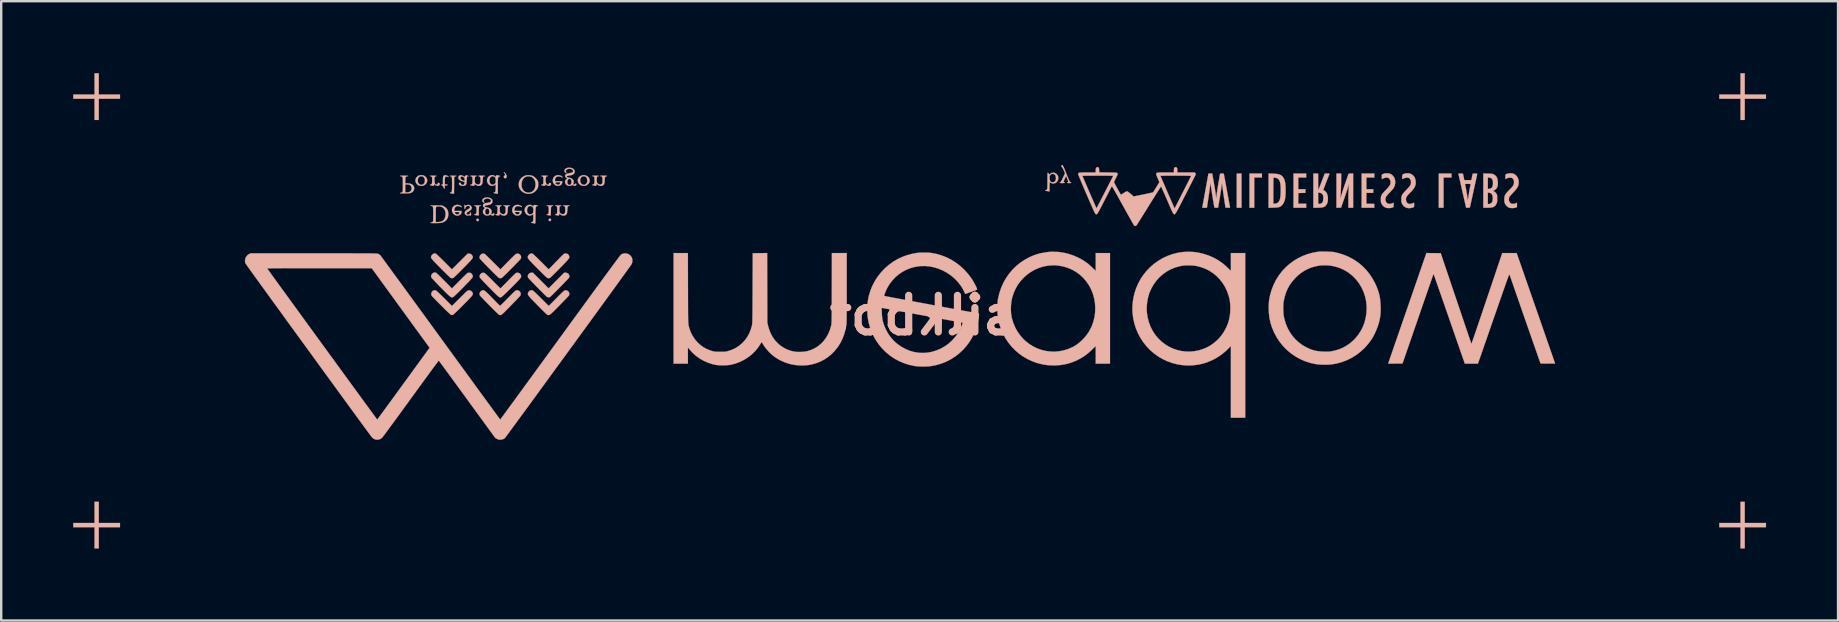
<source format=kicad_pcb>
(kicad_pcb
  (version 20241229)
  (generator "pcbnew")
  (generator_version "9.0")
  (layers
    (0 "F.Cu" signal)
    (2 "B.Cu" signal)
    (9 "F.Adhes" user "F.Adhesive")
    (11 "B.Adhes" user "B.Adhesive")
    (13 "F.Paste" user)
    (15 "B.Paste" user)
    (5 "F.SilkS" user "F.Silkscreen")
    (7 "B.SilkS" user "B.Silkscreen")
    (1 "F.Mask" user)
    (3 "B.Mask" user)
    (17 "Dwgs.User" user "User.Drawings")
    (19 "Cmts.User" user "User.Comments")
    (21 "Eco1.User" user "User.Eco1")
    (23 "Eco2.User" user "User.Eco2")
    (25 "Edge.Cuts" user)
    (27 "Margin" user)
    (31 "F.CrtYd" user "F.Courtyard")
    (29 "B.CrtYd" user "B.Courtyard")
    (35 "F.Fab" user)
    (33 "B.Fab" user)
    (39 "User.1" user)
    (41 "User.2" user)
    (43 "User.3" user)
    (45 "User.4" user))
  (footprint "silkbot"
    (layer "F.Cu")
    (at 35.36 9.904)
    (property "Reference" "silkbot" (at 0 0.188 0) (layer "B.SilkS") (effects (font (size 1.524 1.524) (thickness 0.3)) (justify mirror)))
    (attr through_hole)
    (fp_poly (pts (xy 13.324 -5.723) (xy 13.125 -5.723) (xy 13.125 -4.298) (xy 13.324 -4.298) (xy 13.324 -5.723)) (stroke (width 0.01) (type solid)) (fill yes) (layer "B.SilkS"))
    (fp_poly (pts (xy 13.855 -5.557) (xy 14.175 -5.557) (xy 14.175 -5.723) (xy 13.656 -5.723) (xy 13.656 -4.298) (xy 13.855 -4.298) (xy 13.855 -5.557)) (stroke (width 0.01) (type solid)) (fill yes) (layer "B.SilkS"))
    (fp_poly (pts (xy 21.743 -5.557) (xy 22.074 -5.557) (xy 22.074 -5.723) (xy 21.544 -5.723) (xy 21.544 -4.298) (xy 21.743 -4.298) (xy 21.743 -5.557)) (stroke (width 0.01) (type solid)) (fill yes) (layer "B.SilkS"))
    (fp_poly (pts (xy -34.294 -8.839) (xy -33.41 -8.839) (xy -33.41 -9.015) (xy -34.294 -9.015) (xy -34.294 -9.899) (xy -34.471 -9.899) (xy -34.471 -9.015) (xy -35.355 -9.015) (xy -35.355 -8.839) (xy -34.471 -8.839) (xy -34.471 -7.955) (xy -34.294 -7.955) (xy -34.294 -8.839)) (stroke (width 0.01) (type solid)) (fill yes) (layer "B.SilkS"))
    (fp_poly (pts (xy -34.294 9.015) (xy -33.41 9.015) (xy -33.41 8.839) (xy -34.294 8.839) (xy -34.294 7.955) (xy -34.471 7.955) (xy -34.471 8.839) (xy -35.355 8.839) (xy -35.355 9.015) (xy -34.471 9.015) (xy -34.471 9.899) (xy -34.294 9.899) (xy -34.294 9.015)) (stroke (width 0.01) (type solid)) (fill yes) (layer "B.SilkS"))
    (fp_poly (pts (xy -18.484 -3.741) (xy -18.469 -3.755) (xy -18.452 -3.784) (xy -18.458 -3.811) (xy -18.471 -3.827) (xy -18.501 -3.843) (xy -18.53 -3.838) (xy -18.544 -3.827) (xy -18.56 -3.799) (xy -18.554 -3.769) (xy -18.541 -3.753) (xy -18.512 -3.736) (xy -18.484 -3.741)) (stroke (width 0.01) (type solid)) (fill yes) (layer "B.SilkS"))
    (fp_poly (pts (xy 34.294 -8.839) (xy 35.178 -8.839) (xy 35.178 -9.015) (xy 34.294 -9.015) (xy 34.294 -9.899) (xy 34.117 -9.899) (xy 34.117 -9.015) (xy 33.233 -9.015) (xy 33.233 -8.839) (xy 34.117 -8.839) (xy 34.117 -7.955) (xy 34.294 -7.955) (xy 34.294 -8.839)) (stroke (width 0.01) (type solid)) (fill yes) (layer "B.SilkS"))
    (fp_poly (pts (xy 34.294 9.015) (xy 35.178 9.015) (xy 35.178 8.839) (xy 34.294 8.839) (xy 34.294 7.955) (xy 34.117 7.955) (xy 34.117 8.839) (xy 33.233 8.839) (xy 33.233 9.015) (xy 34.117 9.015) (xy 34.117 9.899) (xy 34.294 9.899) (xy 34.294 9.015)) (stroke (width 0.01) (type solid)) (fill yes) (layer "B.SilkS"))
    (fp_poly (pts (xy -15.484 -3.741) (xy -15.462 -3.757) (xy -15.448 -3.783) (xy -15.447 -3.811) (xy -15.459 -3.832) (xy -15.485 -3.844) (xy -15.515 -3.84) (xy -15.539 -3.819) (xy -15.54 -3.818) (xy -15.55 -3.786) (xy -15.54 -3.759) (xy -15.512 -3.74) (xy -15.511 -3.74) (xy -15.484 -3.741)) (stroke (width 0.01) (type solid)) (fill yes) (layer "B.SilkS"))
    (fp_poly (pts (xy 18.854 -4.458) (xy 18.691 -4.461) (xy 18.528 -4.464) (xy 18.528 -4.916) (xy 18.815 -4.916) (xy 18.815 -5.071) (xy 18.528 -5.071) (xy 18.528 -5.557) (xy 18.859 -5.557) (xy 18.859 -5.723) (xy 18.329 -5.723) (xy 18.329 -4.298) (xy 18.86 -4.298) (xy 18.854 -4.458)) (stroke (width 0.01) (type solid)) (fill yes) (layer "B.SilkS"))
    (fp_poly (pts (xy 16.02 -4.464) (xy 15.688 -4.464) (xy 15.691 -4.687) (xy 15.694 -4.911) (xy 15.84 -4.914) (xy 15.987 -4.917) (xy 15.987 -5.071) (xy 15.689 -5.071) (xy 15.689 -5.557) (xy 16.02 -5.557) (xy 16.02 -5.723) (xy 15.49 -5.723) (xy 15.49 -4.298) (xy 16.02 -4.298) (xy 16.02 -4.464)) (stroke (width 0.01) (type solid)) (fill yes) (layer "B.SilkS"))
    (fp_poly (pts (xy -17.328 -5.533) (xy -17.304 -5.561) (xy -17.297 -5.599) (xy -17.304 -5.645) (xy -17.326 -5.694) (xy -17.361 -5.741) (xy -17.386 -5.766) (xy -17.405 -5.781) (xy -17.414 -5.783) (xy -17.413 -5.771) (xy -17.401 -5.748) (xy -17.396 -5.741) (xy -17.376 -5.71) (xy -17.363 -5.68) (xy -17.362 -5.677) (xy -17.36 -5.654) (xy -17.372 -5.643) (xy -17.379 -5.64) (xy -17.401 -5.625) (xy -17.414 -5.606) (xy -17.418 -5.576) (xy -17.406 -5.549) (xy -17.382 -5.53) (xy -17.353 -5.524) (xy -17.328 -5.533)) (stroke (width 0.01) (type solid)) (fill yes) (layer "B.SilkS"))
    (fp_poly (pts (xy -19.484 -5.57) (xy -19.458 -5.591) (xy -19.432 -5.607) (xy -19.411 -5.613) (xy -19.393 -5.617) (xy -19.39 -5.624) (xy -19.4 -5.628) (xy -19.431 -5.632) (xy -19.478 -5.634) (xy -19.528 -5.635) (xy -19.58 -5.634) (xy -19.623 -5.632) (xy -19.653 -5.629) (xy -19.666 -5.625) (xy -19.666 -5.625) (xy -19.656 -5.616) (xy -19.633 -5.609) (xy -19.633 -5.609) (xy -19.616 -5.604) (xy -19.602 -5.597) (xy -19.591 -5.584) (xy -19.584 -5.563) (xy -19.578 -5.532) (xy -19.575 -5.488) (xy -19.573 -5.429) (xy -19.572 -5.352) (xy -19.572 -5.27) (xy -19.572 -5.175) (xy -19.573 -5.1) (xy -19.576 -5.042) (xy -19.579 -5) (xy -19.585 -4.971) (xy -19.592 -4.952) (xy -19.602 -4.942) (xy -19.615 -4.939) (xy -19.619 -4.938) (xy -19.641 -4.934) (xy -19.659 -4.924) (xy -19.666 -4.914) (xy -19.664 -4.911) (xy -19.651 -4.906) (xy -19.622 -4.899) (xy -19.582 -4.892) (xy -19.575 -4.89) (xy -19.491 -4.876) (xy -19.484 -5.57)) (stroke (width 0.01) (type solid)) (fill yes) (layer "B.SilkS"))
    (fp_poly (pts (xy -18.47 -3.976) (xy -18.466 -3.992) (xy -18.464 -4.019) (xy -18.462 -4.061) (xy -18.46 -4.121) (xy -18.46 -4.155) (xy -18.458 -4.224) (xy -18.456 -4.275) (xy -18.454 -4.31) (xy -18.451 -4.333) (xy -18.446 -4.347) (xy -18.439 -4.356) (xy -18.435 -4.359) (xy -18.407 -4.372) (xy -18.388 -4.375) (xy -18.368 -4.379) (xy -18.362 -4.386) (xy -18.373 -4.391) (xy -18.403 -4.394) (xy -18.451 -4.397) (xy -18.506 -4.397) (xy -18.559 -4.397) (xy -18.604 -4.395) (xy -18.635 -4.392) (xy -18.649 -4.389) (xy -18.649 -4.388) (xy -18.64 -4.38) (xy -18.617 -4.37) (xy -18.614 -4.369) (xy -18.587 -4.357) (xy -18.569 -4.337) (xy -18.558 -4.305) (xy -18.552 -4.257) (xy -18.55 -4.198) (xy -18.552 -4.134) (xy -18.558 -4.089) (xy -18.57 -4.058) (xy -18.589 -4.039) (xy -18.614 -4.029) (xy -18.641 -4.019) (xy -18.65 -4.011) (xy -18.641 -4.003) (xy -18.611 -3.994) (xy -18.561 -3.985) (xy -18.545 -3.982) (xy -18.511 -3.977) (xy -18.485 -3.971) (xy -18.482 -3.97) (xy -18.475 -3.97) (xy -18.47 -3.976)) (stroke (width 0.01) (type solid)) (fill yes) (layer "B.SilkS"))
    (fp_poly (pts (xy -15.47 -3.971) (xy -15.465 -3.977) (xy -15.461 -3.993) (xy -15.459 -4.021) (xy -15.457 -4.064) (xy -15.455 -4.126) (xy -15.455 -4.149) (xy -15.453 -4.217) (xy -15.452 -4.266) (xy -15.449 -4.3) (xy -15.446 -4.323) (xy -15.44 -4.337) (xy -15.433 -4.347) (xy -15.425 -4.354) (xy -15.399 -4.369) (xy -15.378 -4.375) (xy -15.361 -4.38) (xy -15.357 -4.386) (xy -15.368 -4.391) (xy -15.398 -4.395) (xy -15.446 -4.397) (xy -15.495 -4.397) (xy -15.555 -4.396) (xy -15.6 -4.394) (xy -15.626 -4.39) (xy -15.633 -4.386) (xy -15.624 -4.377) (xy -15.611 -4.375) (xy -15.587 -4.368) (xy -15.567 -4.353) (xy -15.557 -4.341) (xy -15.551 -4.325) (xy -15.547 -4.301) (xy -15.545 -4.264) (xy -15.545 -4.21) (xy -15.545 -4.203) (xy -15.546 -4.15) (xy -15.548 -4.104) (xy -15.552 -4.071) (xy -15.556 -4.055) (xy -15.574 -4.038) (xy -15.6 -4.027) (xy -15.628 -4.018) (xy -15.635 -4.009) (xy -15.62 -3.999) (xy -15.585 -3.99) (xy -15.545 -3.983) (xy -15.51 -3.977) (xy -15.483 -3.972) (xy -15.477 -3.971) (xy -15.47 -3.971)) (stroke (width 0.01) (type solid)) (fill yes) (layer "B.SilkS"))
    (fp_poly (pts (xy -14.019 -5.215) (xy -13.965 -5.237) (xy -13.914 -5.274) (xy -13.873 -5.32) (xy -13.847 -5.37) (xy -13.844 -5.378) (xy -13.837 -5.442) (xy -13.849 -5.501) (xy -13.877 -5.553) (xy -13.919 -5.597) (xy -13.971 -5.63) (xy -14.03 -5.65) (xy -14.095 -5.656) (xy -14.161 -5.646) (xy -14.209 -5.626) (xy -14.266 -5.586) (xy -14.306 -5.535) (xy -14.329 -5.478) (xy -14.332 -5.446) (xy -14.235 -5.446) (xy -14.225 -5.505) (xy -14.201 -5.554) (xy -14.164 -5.589) (xy -14.116 -5.607) (xy -14.073 -5.609) (xy -14.032 -5.601) (xy -14.001 -5.587) (xy -13.997 -5.584) (xy -13.963 -5.541) (xy -13.944 -5.486) (xy -13.939 -5.428) (xy -13.941 -5.384) (xy -13.949 -5.35) (xy -13.966 -5.319) (xy -13.968 -5.316) (xy -14.005 -5.276) (xy -14.049 -5.255) (xy -14.096 -5.252) (xy -14.142 -5.264) (xy -14.182 -5.292) (xy -14.213 -5.334) (xy -14.228 -5.378) (xy -14.235 -5.446) (xy -14.332 -5.446) (xy -14.334 -5.418) (xy -14.321 -5.359) (xy -14.29 -5.304) (xy -14.267 -5.28) (xy -14.204 -5.235) (xy -14.134 -5.211) (xy -14.058 -5.208) (xy -14.019 -5.215)) (stroke (width 0.01) (type solid)) (fill yes) (layer "B.SilkS"))
    (fp_poly (pts (xy -19.884 -5.096) (xy -19.878 -5.108) (xy -19.876 -5.134) (xy -19.876 -5.159) (xy -19.876 -5.226) (xy -19.821 -5.226) (xy -19.787 -5.227) (xy -19.771 -5.232) (xy -19.766 -5.243) (xy -19.765 -5.248) (xy -19.768 -5.261) (xy -19.781 -5.268) (xy -19.808 -5.27) (xy -19.821 -5.27) (xy -19.876 -5.27) (xy -19.876 -5.405) (xy -19.874 -5.475) (xy -19.87 -5.528) (xy -19.864 -5.561) (xy -19.862 -5.568) (xy -19.839 -5.592) (xy -19.806 -5.6) (xy -19.77 -5.59) (xy -19.762 -5.586) (xy -19.738 -5.575) (xy -19.723 -5.581) (xy -19.721 -5.592) (xy -19.73 -5.604) (xy -19.754 -5.62) (xy -19.784 -5.636) (xy -19.815 -5.649) (xy -19.84 -5.656) (xy -19.844 -5.656) (xy -19.876 -5.651) (xy -19.894 -5.646) (xy -19.916 -5.634) (xy -19.931 -5.619) (xy -19.942 -5.595) (xy -19.949 -5.559) (xy -19.952 -5.509) (xy -19.953 -5.441) (xy -19.953 -5.428) (xy -19.953 -5.27) (xy -19.986 -5.27) (xy -20.011 -5.264) (xy -20.02 -5.252) (xy -20.012 -5.238) (xy -19.999 -5.232) (xy -19.967 -5.212) (xy -19.94 -5.177) (xy -19.923 -5.137) (xy -19.911 -5.11) (xy -19.896 -5.096) (xy -19.894 -5.095) (xy -19.884 -5.096)) (stroke (width 0.01) (type solid)) (fill yes) (layer "B.SilkS"))
    (fp_poly (pts (xy -20.807 -5.211) (xy -20.772 -5.217) (xy -20.74 -5.231) (xy -20.724 -5.24) (xy -20.668 -5.284) (xy -20.63 -5.337) (xy -20.61 -5.396) (xy -20.607 -5.457) (xy -20.624 -5.516) (xy -20.659 -5.571) (xy -20.685 -5.596) (xy -20.717 -5.62) (xy -20.751 -5.639) (xy -20.757 -5.642) (xy -20.797 -5.652) (xy -20.849 -5.656) (xy -20.902 -5.653) (xy -20.946 -5.644) (xy -20.954 -5.641) (xy -21.015 -5.604) (xy -21.06 -5.556) (xy -21.088 -5.501) (xy -21.099 -5.441) (xy -21.096 -5.413) (xy -21.001 -5.413) (xy -20.997 -5.479) (xy -20.979 -5.534) (xy -20.948 -5.576) (xy -20.907 -5.602) (xy -20.857 -5.612) (xy -20.803 -5.602) (xy -20.785 -5.594) (xy -20.748 -5.565) (xy -20.722 -5.522) (xy -20.707 -5.47) (xy -20.705 -5.415) (xy -20.715 -5.361) (xy -20.737 -5.313) (xy -20.765 -5.283) (xy -20.814 -5.257) (xy -20.865 -5.252) (xy -20.91 -5.266) (xy -20.955 -5.296) (xy -20.983 -5.336) (xy -20.998 -5.389) (xy -21.001 -5.413) (xy -21.096 -5.413) (xy -21.093 -5.381) (xy -21.07 -5.324) (xy -21.028 -5.273) (xy -20.984 -5.24) (xy -20.95 -5.223) (xy -20.917 -5.213) (xy -20.877 -5.21) (xy -20.854 -5.209) (xy -20.807 -5.211)) (stroke (width 0.01) (type solid)) (fill yes) (layer "B.SilkS"))
    (fp_poly (pts (xy -15.517 -0.569) (xy -15.484 -0.584) (xy -15.484 -0.584) (xy -15.469 -0.596) (xy -15.441 -0.622) (xy -15.402 -0.66) (xy -15.353 -0.708) (xy -15.296 -0.764) (xy -15.234 -0.827) (xy -15.167 -0.894) (xy -15.099 -0.964) (xy -15.03 -1.034) (xy -14.963 -1.102) (xy -14.899 -1.168) (xy -14.841 -1.228) (xy -14.79 -1.281) (xy -14.749 -1.325) (xy -14.719 -1.358) (xy -14.701 -1.379) (xy -14.698 -1.383) (xy -14.683 -1.431) (xy -14.687 -1.478) (xy -14.707 -1.522) (xy -14.742 -1.557) (xy -14.788 -1.582) (xy -14.843 -1.591) (xy -14.843 -1.591) (xy -14.899 -1.591) (xy -15.224 -1.265) (xy -15.549 -0.938) (xy -15.876 -1.265) (xy -16.203 -1.591) (xy -16.258 -1.591) (xy -16.308 -1.585) (xy -16.348 -1.566) (xy -16.349 -1.566) (xy -16.387 -1.528) (xy -16.41 -1.482) (xy -16.417 -1.433) (xy -16.404 -1.386) (xy -16.403 -1.383) (xy -16.391 -1.369) (xy -16.366 -1.341) (xy -16.329 -1.301) (xy -16.282 -1.251) (xy -16.227 -1.194) (xy -16.166 -1.131) (xy -16.1 -1.063) (xy -16.032 -0.993) (xy -15.963 -0.923) (xy -15.895 -0.855) (xy -15.831 -0.79) (xy -15.771 -0.731) (xy -15.719 -0.679) (xy -15.675 -0.637) (xy -15.642 -0.605) (xy -15.621 -0.587) (xy -15.617 -0.584) (xy -15.584 -0.57) (xy -15.551 -0.564) (xy -15.55 -0.564) (xy -15.517 -0.569)) (stroke (width 0.01) (type solid)) (fill yes) (layer "B.SilkS"))
    (fp_poly (pts (xy -16.798 -3.976) (xy -16.749 -3.997) (xy -16.709 -4.029) (xy -16.682 -4.071) (xy -16.672 -4.122) (xy -16.672 -4.165) (xy -16.82 -4.165) (xy -16.884 -4.166) (xy -16.928 -4.168) (xy -16.956 -4.171) (xy -16.971 -4.176) (xy -16.973 -4.18) (xy -16.975 -4.203) (xy -16.971 -4.237) (xy -16.962 -4.274) (xy -16.95 -4.305) (xy -16.95 -4.306) (xy -16.921 -4.337) (xy -16.879 -4.357) (xy -16.829 -4.366) (xy -16.776 -4.363) (xy -16.727 -4.346) (xy -16.72 -4.343) (xy -16.689 -4.328) (xy -16.67 -4.328) (xy -16.669 -4.329) (xy -16.663 -4.344) (xy -16.676 -4.361) (xy -16.708 -4.381) (xy -16.731 -4.393) (xy -16.801 -4.414) (xy -16.871 -4.417) (xy -16.937 -4.401) (xy -16.943 -4.399) (xy -16.999 -4.362) (xy -17.04 -4.311) (xy -17.063 -4.248) (xy -17.068 -4.175) (xy -17.067 -4.169) (xy -17.051 -4.106) (xy -17.047 -4.1) (xy -16.96 -4.1) (xy -16.952 -4.112) (xy -16.925 -4.119) (xy -16.878 -4.121) (xy -16.86 -4.121) (xy -16.76 -4.121) (xy -16.76 -4.091) (xy -16.769 -4.054) (xy -16.795 -4.031) (xy -16.838 -4.022) (xy -16.846 -4.022) (xy -16.883 -4.025) (xy -16.911 -4.039) (xy -16.927 -4.054) (xy -16.951 -4.081) (xy -16.96 -4.1) (xy -17.047 -4.1) (xy -17.014 -4.05) (xy -16.96 -4.003) (xy -16.907 -3.978) (xy -16.852 -3.969) (xy -16.798 -3.976)) (stroke (width 0.01) (type solid)) (fill yes) (layer "B.SilkS"))
    (fp_poly (pts (xy 17.376 -4.3) (xy 17.473 -4.303) (xy 17.592 -4.646) (xy 17.624 -4.738) (xy 17.656 -4.832) (xy 17.687 -4.923) (xy 17.715 -5.008) (xy 17.739 -5.082) (xy 17.757 -5.14) (xy 17.761 -5.154) (xy 17.777 -5.206) (xy 17.79 -5.246) (xy 17.8 -5.27) (xy 17.805 -5.277) (xy 17.805 -5.27) (xy 17.795 -5.18) (xy 17.788 -5.087) (xy 17.783 -4.986) (xy 17.779 -4.873) (xy 17.777 -4.745) (xy 17.777 -4.632) (xy 17.777 -4.298) (xy 17.976 -4.298) (xy 17.976 -5.723) (xy 17.883 -5.723) (xy 17.838 -5.723) (xy 17.81 -5.721) (xy 17.793 -5.716) (xy 17.784 -5.706) (xy 17.778 -5.693) (xy 17.772 -5.675) (xy 17.759 -5.639) (xy 17.741 -5.588) (xy 17.719 -5.524) (xy 17.693 -5.451) (xy 17.665 -5.371) (xy 17.651 -5.331) (xy 17.611 -5.214) (xy 17.577 -5.113) (xy 17.548 -5.024) (xy 17.523 -4.942) (xy 17.499 -4.863) (xy 17.477 -4.783) (xy 17.457 -4.712) (xy 17.452 -4.692) (xy 17.449 -4.688) (xy 17.449 -4.701) (xy 17.451 -4.735) (xy 17.452 -4.745) (xy 17.455 -4.796) (xy 17.458 -4.865) (xy 17.462 -4.948) (xy 17.466 -5.04) (xy 17.469 -5.138) (xy 17.472 -5.237) (xy 17.475 -5.333) (xy 17.476 -5.421) (xy 17.478 -5.499) (xy 17.478 -5.543) (xy 17.478 -5.723) (xy 17.28 -5.723) (xy 17.28 -4.297) (xy 17.376 -4.3)) (stroke (width 0.01) (type solid)) (fill yes) (layer "B.SilkS"))
    (fp_poly (pts (xy -19.278 -3.984) (xy -19.227 -4.017) (xy -19.224 -4.021) (xy -19.198 -4.048) (xy -19.184 -4.071) (xy -19.18 -4.099) (xy -19.18 -4.114) (xy -19.18 -4.165) (xy -19.478 -4.165) (xy -19.478 -4.21) (xy -19.469 -4.269) (xy -19.443 -4.316) (xy -19.405 -4.349) (xy -19.356 -4.367) (xy -19.301 -4.368) (xy -19.242 -4.35) (xy -19.227 -4.342) (xy -19.198 -4.328) (xy -19.178 -4.322) (xy -19.173 -4.323) (xy -19.169 -4.339) (xy -19.183 -4.358) (xy -19.209 -4.378) (xy -19.246 -4.396) (xy -19.287 -4.41) (xy -19.33 -4.418) (xy -19.351 -4.419) (xy -19.395 -4.414) (xy -19.438 -4.403) (xy -19.451 -4.398) (xy -19.506 -4.363) (xy -19.546 -4.313) (xy -19.56 -4.284) (xy -19.577 -4.222) (xy -19.574 -4.163) (xy -19.557 -4.107) (xy -19.553 -4.101) (xy -19.469 -4.101) (xy -19.461 -4.112) (xy -19.434 -4.118) (xy -19.387 -4.119) (xy -19.365 -4.119) (xy -19.317 -4.117) (xy -19.287 -4.115) (xy -19.271 -4.11) (xy -19.265 -4.103) (xy -19.265 -4.092) (xy -19.266 -4.088) (xy -19.279 -4.051) (xy -19.307 -4.029) (xy -19.352 -4.022) (xy -19.354 -4.022) (xy -19.391 -4.025) (xy -19.419 -4.039) (xy -19.435 -4.054) (xy -19.46 -4.082) (xy -19.469 -4.101) (xy -19.553 -4.101) (xy -19.527 -4.059) (xy -19.486 -4.018) (xy -19.439 -3.989) (xy -19.386 -3.971) (xy -19.332 -3.969) (xy -19.278 -3.984)) (stroke (width 0.01) (type solid)) (fill yes) (layer "B.SilkS"))
    (fp_poly (pts (xy -15.107 -5.214) (xy -15.058 -5.234) (xy -15.018 -5.266) (xy -14.991 -5.309) (xy -14.981 -5.36) (xy -14.981 -5.403) (xy -15.129 -5.403) (xy -15.193 -5.403) (xy -15.238 -5.405) (xy -15.266 -5.408) (xy -15.28 -5.414) (xy -15.283 -5.417) (xy -15.285 -5.44) (xy -15.28 -5.475) (xy -15.272 -5.512) (xy -15.26 -5.542) (xy -15.259 -5.543) (xy -15.231 -5.575) (xy -15.188 -5.595) (xy -15.137 -5.604) (xy -15.083 -5.599) (xy -15.031 -5.581) (xy -15.027 -5.579) (xy -14.999 -5.565) (xy -14.979 -5.559) (xy -14.975 -5.56) (xy -14.971 -5.577) (xy -14.984 -5.595) (xy -15.011 -5.615) (xy -15.047 -5.633) (xy -15.089 -5.647) (xy -15.132 -5.655) (xy -15.153 -5.656) (xy -15.197 -5.652) (xy -15.24 -5.641) (xy -15.253 -5.636) (xy -15.309 -5.599) (xy -15.349 -5.548) (xy -15.373 -5.485) (xy -15.377 -5.412) (xy -15.377 -5.407) (xy -15.361 -5.343) (xy -15.357 -5.338) (xy -15.27 -5.338) (xy -15.262 -5.35) (xy -15.235 -5.356) (xy -15.187 -5.358) (xy -15.169 -5.358) (xy -15.07 -5.358) (xy -15.07 -5.329) (xy -15.079 -5.292) (xy -15.104 -5.268) (xy -15.147 -5.259) (xy -15.155 -5.259) (xy -15.193 -5.263) (xy -15.22 -5.277) (xy -15.236 -5.291) (xy -15.261 -5.319) (xy -15.27 -5.338) (xy -15.357 -5.338) (xy -15.324 -5.287) (xy -15.27 -5.24) (xy -15.217 -5.215) (xy -15.162 -5.207) (xy -15.107 -5.214)) (stroke (width 0.01) (type solid)) (fill yes) (layer "B.SilkS"))
    (fp_poly (pts (xy -15.495 -5.217) (xy -15.491 -5.22) (xy -15.463 -5.242) (xy -15.448 -5.27) (xy -15.448 -5.298) (xy -15.462 -5.32) (xy -15.489 -5.33) (xy -15.496 -5.331) (xy -15.519 -5.327) (xy -15.531 -5.311) (xy -15.536 -5.295) (xy -15.546 -5.27) (xy -15.562 -5.26) (xy -15.577 -5.259) (xy -15.614 -5.269) (xy -15.643 -5.298) (xy -15.664 -5.344) (xy -15.675 -5.405) (xy -15.675 -5.479) (xy -15.674 -5.501) (xy -15.664 -5.556) (xy -15.645 -5.593) (xy -15.617 -5.61) (xy -15.599 -5.613) (xy -15.582 -5.617) (xy -15.578 -5.624) (xy -15.589 -5.628) (xy -15.619 -5.632) (xy -15.667 -5.634) (xy -15.716 -5.635) (xy -15.776 -5.634) (xy -15.82 -5.631) (xy -15.847 -5.628) (xy -15.854 -5.624) (xy -15.845 -5.615) (xy -15.832 -5.613) (xy -15.808 -5.605) (xy -15.788 -5.59) (xy -15.778 -5.578) (xy -15.772 -5.563) (xy -15.768 -5.538) (xy -15.766 -5.501) (xy -15.766 -5.447) (xy -15.766 -5.441) (xy -15.767 -5.388) (xy -15.769 -5.342) (xy -15.773 -5.308) (xy -15.777 -5.292) (xy -15.795 -5.275) (xy -15.821 -5.265) (xy -15.847 -5.255) (xy -15.853 -5.244) (xy -15.838 -5.234) (xy -15.829 -5.231) (xy -15.772 -5.219) (xy -15.733 -5.213) (xy -15.707 -5.213) (xy -15.693 -5.22) (xy -15.688 -5.226) (xy -15.679 -5.252) (xy -15.678 -5.265) (xy -15.674 -5.273) (xy -15.661 -5.268) (xy -15.639 -5.25) (xy -15.591 -5.218) (xy -15.542 -5.207) (xy -15.495 -5.217)) (stroke (width 0.01) (type solid)) (fill yes) (layer "B.SilkS"))
    (fp_poly (pts (xy -20.335 -5.21) (xy -20.326 -5.228) (xy -20.323 -5.242) (xy -20.317 -5.268) (xy -20.313 -5.281) (xy -20.312 -5.281) (xy -20.303 -5.274) (xy -20.284 -5.257) (xy -20.274 -5.248) (xy -20.233 -5.22) (xy -20.189 -5.208) (xy -20.148 -5.211) (xy -20.114 -5.229) (xy -20.092 -5.262) (xy -20.092 -5.262) (xy -20.088 -5.298) (xy -20.103 -5.322) (xy -20.134 -5.334) (xy -20.155 -5.334) (xy -20.166 -5.32) (xy -20.17 -5.303) (xy -20.182 -5.272) (xy -20.204 -5.26) (xy -20.235 -5.264) (xy -20.265 -5.278) (xy -20.286 -5.306) (xy -20.299 -5.349) (xy -20.306 -5.41) (xy -20.307 -5.455) (xy -20.306 -5.508) (xy -20.304 -5.543) (xy -20.3 -5.566) (xy -20.292 -5.582) (xy -20.285 -5.59) (xy -20.261 -5.607) (xy -20.24 -5.613) (xy -20.222 -5.617) (xy -20.218 -5.624) (xy -20.229 -5.628) (xy -20.259 -5.632) (xy -20.307 -5.634) (xy -20.356 -5.635) (xy -20.416 -5.634) (xy -20.461 -5.631) (xy -20.488 -5.628) (xy -20.495 -5.624) (xy -20.485 -5.614) (xy -20.474 -5.613) (xy -20.45 -5.606) (xy -20.427 -5.591) (xy -20.415 -5.581) (xy -20.408 -5.568) (xy -20.404 -5.549) (xy -20.401 -5.519) (xy -20.401 -5.473) (xy -20.401 -5.445) (xy -20.402 -5.379) (xy -20.406 -5.332) (xy -20.414 -5.3) (xy -20.428 -5.28) (xy -20.448 -5.268) (xy -20.461 -5.265) (xy -20.489 -5.256) (xy -20.495 -5.246) (xy -20.48 -5.236) (xy -20.445 -5.226) (xy -20.412 -5.22) (xy -20.378 -5.214) (xy -20.352 -5.209) (xy -20.349 -5.208) (xy -20.335 -5.21)) (stroke (width 0.01) (type solid)) (fill yes) (layer "B.SilkS"))
    (fp_poly (pts (xy -19.551 -1.363) (xy -19.517 -1.376) (xy -19.502 -1.388) (xy -19.473 -1.413) (xy -19.433 -1.451) (xy -19.381 -1.5) (xy -19.322 -1.559) (xy -19.255 -1.626) (xy -19.182 -1.698) (xy -19.106 -1.776) (xy -19.099 -1.784) (xy -19.008 -1.876) (xy -18.931 -1.955) (xy -18.868 -2.021) (xy -18.817 -2.075) (xy -18.777 -2.12) (xy -18.747 -2.156) (xy -18.726 -2.185) (xy -18.713 -2.209) (xy -18.706 -2.229) (xy -18.705 -2.246) (xy -18.709 -2.263) (xy -18.716 -2.28) (xy -18.723 -2.295) (xy -18.758 -2.343) (xy -18.806 -2.374) (xy -18.863 -2.386) (xy -18.869 -2.386) (xy -18.919 -2.386) (xy -19.249 -2.058) (xy -19.578 -1.729) (xy -19.898 -2.05) (xy -19.968 -2.119) (xy -20.034 -2.185) (xy -20.095 -2.244) (xy -20.148 -2.294) (xy -20.192 -2.335) (xy -20.225 -2.365) (xy -20.245 -2.381) (xy -20.248 -2.383) (xy -20.275 -2.393) (xy -20.296 -2.395) (xy -20.324 -2.389) (xy -20.333 -2.386) (xy -20.375 -2.364) (xy -20.413 -2.328) (xy -20.438 -2.285) (xy -20.44 -2.28) (xy -20.445 -2.262) (xy -20.449 -2.246) (xy -20.448 -2.229) (xy -20.443 -2.211) (xy -20.433 -2.19) (xy -20.415 -2.164) (xy -20.389 -2.132) (xy -20.354 -2.093) (xy -20.309 -2.044) (xy -20.252 -1.985) (xy -20.183 -1.914) (xy -20.099 -1.83) (xy -20.054 -1.784) (xy -19.978 -1.707) (xy -19.905 -1.634) (xy -19.837 -1.567) (xy -19.777 -1.508) (xy -19.725 -1.458) (xy -19.684 -1.419) (xy -19.655 -1.392) (xy -19.639 -1.379) (xy -19.638 -1.378) (xy -19.595 -1.361) (xy -19.551 -1.363)) (stroke (width 0.01) (type solid)) (fill yes) (layer "B.SilkS"))
    (fp_poly (pts (xy 14.647 -4.301) (xy 14.735 -4.304) (xy 14.804 -4.309) (xy 14.859 -4.316) (xy 14.902 -4.327) (xy 14.938 -4.343) (xy 14.969 -4.365) (xy 15 -4.393) (xy 15.004 -4.397) (xy 15.049 -4.448) (xy 15.085 -4.506) (xy 15.114 -4.573) (xy 15.135 -4.651) (xy 15.15 -4.742) (xy 15.159 -4.85) (xy 15.163 -4.976) (xy 15.163 -5.01) (xy 15.161 -5.14) (xy 15.155 -5.251) (xy 15.143 -5.345) (xy 15.126 -5.424) (xy 15.102 -5.49) (xy 15.072 -5.547) (xy 15.037 -5.594) (xy 14.998 -5.632) (xy 14.952 -5.662) (xy 14.897 -5.684) (xy 14.829 -5.701) (xy 14.746 -5.712) (xy 14.645 -5.719) (xy 14.625 -5.72) (xy 14.451 -5.726) (xy 14.451 -5.002) (xy 14.65 -5.002) (xy 14.65 -5.109) (xy 14.651 -5.21) (xy 14.651 -5.301) (xy 14.652 -5.382) (xy 14.653 -5.449) (xy 14.655 -5.501) (xy 14.656 -5.535) (xy 14.658 -5.55) (xy 14.658 -5.55) (xy 14.673 -5.554) (xy 14.694 -5.553) (xy 14.724 -5.547) (xy 14.76 -5.54) (xy 14.763 -5.54) (xy 14.815 -5.524) (xy 14.858 -5.494) (xy 14.893 -5.45) (xy 14.92 -5.39) (xy 14.94 -5.314) (xy 14.952 -5.219) (xy 14.957 -5.106) (xy 14.956 -4.972) (xy 14.956 -4.955) (xy 14.952 -4.866) (xy 14.948 -4.794) (xy 14.942 -4.737) (xy 14.934 -4.69) (xy 14.923 -4.65) (xy 14.909 -4.612) (xy 14.9 -4.59) (xy 14.863 -4.532) (xy 14.814 -4.493) (xy 14.752 -4.47) (xy 14.715 -4.466) (xy 14.65 -4.461) (xy 14.65 -5.002) (xy 14.451 -5.002) (xy 14.451 -4.295) (xy 14.647 -4.301)) (stroke (width 0.01) (type solid)) (fill yes) (layer "B.SilkS"))
    (fp_poly (pts (xy -19.541 0.167) (xy -19.525 0.157) (xy -19.497 0.133) (xy -19.455 0.096) (xy -19.401 0.045) (xy -19.332 -0.021) (xy -19.25 -0.102) (xy -19.153 -0.199) (xy -19.117 -0.235) (xy -19.025 -0.328) (xy -18.947 -0.407) (xy -18.882 -0.473) (xy -18.83 -0.528) (xy -18.788 -0.573) (xy -18.757 -0.61) (xy -18.734 -0.64) (xy -18.719 -0.664) (xy -18.71 -0.684) (xy -18.706 -0.702) (xy -18.706 -0.718) (xy -18.709 -0.735) (xy -18.71 -0.737) (xy -18.733 -0.787) (xy -18.771 -0.826) (xy -18.82 -0.85) (xy -18.874 -0.857) (xy -18.891 -0.855) (xy -18.903 -0.852) (xy -18.918 -0.844) (xy -18.937 -0.83) (xy -18.961 -0.81) (xy -18.994 -0.781) (xy -19.035 -0.743) (xy -19.086 -0.693) (xy -19.149 -0.631) (xy -19.226 -0.555) (xy -19.254 -0.526) (xy -19.578 -0.205) (xy -19.895 -0.522) (xy -19.965 -0.591) (xy -20.031 -0.656) (xy -20.092 -0.714) (xy -20.145 -0.764) (xy -20.189 -0.804) (xy -20.221 -0.833) (xy -20.241 -0.848) (xy -20.244 -0.85) (xy -20.29 -0.861) (xy -20.334 -0.854) (xy -20.361 -0.843) (xy -20.4 -0.812) (xy -20.427 -0.769) (xy -20.44 -0.719) (xy -20.436 -0.668) (xy -20.416 -0.623) (xy -20.416 -0.623) (xy -20.403 -0.609) (xy -20.377 -0.581) (xy -20.338 -0.54) (xy -20.288 -0.49) (xy -20.23 -0.43) (xy -20.164 -0.363) (xy -20.093 -0.291) (xy -20.021 -0.218) (xy -19.92 -0.118) (xy -19.835 -0.033) (xy -19.763 0.036) (xy -19.706 0.09) (xy -19.662 0.13) (xy -19.632 0.155) (xy -19.614 0.166) (xy -19.613 0.167) (xy -19.57 0.173) (xy -19.541 0.167)) (stroke (width 0.01) (type solid)) (fill yes) (layer "B.SilkS"))
    (fp_poly (pts (xy -17.52 -1.367) (xy -17.503 -1.375) (xy -17.487 -1.387) (xy -17.458 -1.413) (xy -17.418 -1.45) (xy -17.369 -1.498) (xy -17.312 -1.554) (xy -17.249 -1.616) (xy -17.182 -1.683) (xy -17.113 -1.752) (xy -17.043 -1.822) (xy -16.976 -1.891) (xy -16.912 -1.957) (xy -16.853 -2.017) (xy -16.802 -2.071) (xy -16.76 -2.117) (xy -16.728 -2.151) (xy -16.71 -2.173) (xy -16.706 -2.18) (xy -16.695 -2.235) (xy -16.704 -2.287) (xy -16.728 -2.331) (xy -16.766 -2.365) (xy -16.814 -2.384) (xy -16.841 -2.386) (xy -16.878 -2.382) (xy -16.912 -2.371) (xy -16.914 -2.37) (xy -16.928 -2.359) (xy -16.956 -2.334) (xy -16.996 -2.296) (xy -17.045 -2.248) (xy -17.103 -2.192) (xy -17.166 -2.128) (xy -17.234 -2.06) (xy -17.251 -2.042) (xy -17.557 -1.73) (xy -17.874 -2.046) (xy -17.944 -2.115) (xy -18.009 -2.18) (xy -18.069 -2.238) (xy -18.121 -2.288) (xy -18.163 -2.328) (xy -18.194 -2.357) (xy -18.212 -2.372) (xy -18.215 -2.374) (xy -18.242 -2.382) (xy -18.277 -2.386) (xy -18.285 -2.386) (xy -18.316 -2.383) (xy -18.343 -2.371) (xy -18.374 -2.345) (xy -18.374 -2.345) (xy -18.412 -2.297) (xy -18.428 -2.244) (xy -18.424 -2.191) (xy -18.414 -2.177) (xy -18.391 -2.15) (xy -18.356 -2.111) (xy -18.311 -2.062) (xy -18.257 -2.006) (xy -18.196 -1.943) (xy -18.131 -1.875) (xy -18.063 -1.805) (xy -17.993 -1.735) (xy -17.925 -1.666) (xy -17.859 -1.6) (xy -17.797 -1.539) (xy -17.741 -1.485) (xy -17.694 -1.439) (xy -17.656 -1.404) (xy -17.63 -1.382) (xy -17.62 -1.375) (xy -17.57 -1.36) (xy -17.52 -1.367)) (stroke (width 0.01) (type solid)) (fill yes) (layer "B.SilkS"))
    (fp_poly (pts (xy -19.565 -0.563) (xy -19.547 -0.566) (xy -19.536 -0.568) (xy -19.521 -0.578) (xy -19.493 -0.602) (xy -19.453 -0.638) (xy -19.404 -0.684) (xy -19.347 -0.74) (xy -19.283 -0.802) (xy -19.216 -0.869) (xy -19.146 -0.939) (xy -19.076 -1.01) (xy -19.007 -1.081) (xy -18.941 -1.149) (xy -18.88 -1.213) (xy -18.826 -1.271) (xy -18.781 -1.321) (xy -18.746 -1.361) (xy -18.723 -1.389) (xy -18.715 -1.402) (xy -18.709 -1.452) (xy -18.723 -1.501) (xy -18.756 -1.547) (xy -18.766 -1.557) (xy -18.798 -1.58) (xy -18.83 -1.59) (xy -18.855 -1.591) (xy -18.891 -1.588) (xy -18.922 -1.581) (xy -18.929 -1.578) (xy -18.942 -1.568) (xy -18.969 -1.543) (xy -19.007 -1.506) (xy -19.055 -1.459) (xy -19.112 -1.403) (xy -19.175 -1.34) (xy -19.243 -1.272) (xy -19.265 -1.25) (xy -19.577 -0.934) (xy -19.895 -1.257) (xy -19.967 -1.329) (xy -20.034 -1.396) (xy -20.095 -1.456) (xy -20.148 -1.507) (xy -20.191 -1.547) (xy -20.223 -1.575) (xy -20.241 -1.59) (xy -20.244 -1.591) (xy -20.291 -1.601) (xy -20.333 -1.594) (xy -20.357 -1.581) (xy -20.404 -1.543) (xy -20.434 -1.497) (xy -20.447 -1.448) (xy -20.439 -1.4) (xy -20.437 -1.395) (xy -20.427 -1.381) (xy -20.402 -1.352) (xy -20.365 -1.311) (xy -20.317 -1.26) (xy -20.26 -1.2) (xy -20.195 -1.132) (xy -20.123 -1.058) (xy -20.047 -0.981) (xy -20.035 -0.968) (xy -19.944 -0.877) (xy -19.867 -0.799) (xy -19.803 -0.735) (xy -19.75 -0.684) (xy -19.706 -0.643) (xy -19.671 -0.612) (xy -19.642 -0.589) (xy -19.618 -0.575) (xy -19.599 -0.566) (xy -19.581 -0.562) (xy -19.565 -0.563)) (stroke (width 0.01) (type solid)) (fill yes) (layer "B.SilkS"))
    (fp_poly (pts (xy -16.324 -4.88) (xy -16.234 -4.903) (xy -16.2 -4.917) (xy -16.138 -4.956) (xy -16.079 -5.009) (xy -16.032 -5.069) (xy -16.012 -5.102) (xy -15.997 -5.135) (xy -15.988 -5.165) (xy -15.983 -5.199) (xy -15.982 -5.244) (xy -15.981 -5.27) (xy -15.982 -5.322) (xy -15.985 -5.36) (xy -15.992 -5.389) (xy -16.004 -5.417) (xy -16.011 -5.43) (xy -16.044 -5.481) (xy -16.091 -5.533) (xy -16.144 -5.58) (xy -16.197 -5.616) (xy -16.216 -5.625) (xy -16.271 -5.642) (xy -16.338 -5.652) (xy -16.409 -5.654) (xy -16.476 -5.649) (xy -16.523 -5.637) (xy -16.604 -5.598) (xy -16.675 -5.544) (xy -16.732 -5.478) (xy -16.772 -5.404) (xy -16.776 -5.392) (xy -16.785 -5.355) (xy -16.791 -5.307) (xy -16.793 -5.26) (xy -16.793 -5.259) (xy -16.677 -5.259) (xy -16.669 -5.354) (xy -16.645 -5.436) (xy -16.606 -5.505) (xy -16.553 -5.557) (xy -16.486 -5.593) (xy -16.456 -5.603) (xy -16.411 -5.608) (xy -16.355 -5.606) (xy -16.3 -5.596) (xy -16.255 -5.581) (xy -16.254 -5.58) (xy -16.196 -5.539) (xy -16.15 -5.481) (xy -16.116 -5.411) (xy -16.097 -5.332) (xy -16.094 -5.248) (xy -16.102 -5.181) (xy -16.129 -5.096) (xy -16.168 -5.027) (xy -16.22 -4.976) (xy -16.284 -4.942) (xy -16.358 -4.928) (xy -16.377 -4.928) (xy -16.459 -4.935) (xy -16.527 -4.959) (xy -16.582 -5) (xy -16.626 -5.059) (xy -16.645 -5.095) (xy -16.662 -5.136) (xy -16.671 -5.172) (xy -16.676 -5.214) (xy -16.677 -5.259) (xy -16.793 -5.259) (xy -16.785 -5.175) (xy -16.758 -5.101) (xy -16.713 -5.032) (xy -16.668 -4.986) (xy -16.592 -4.931) (xy -16.506 -4.894) (xy -16.416 -4.877) (xy -16.324 -4.88)) (stroke (width 0.01) (type solid)) (fill yes) (layer "B.SilkS"))
    (fp_poly (pts (xy -18.79 -3.971) (xy -18.784 -3.994) (xy -18.782 -4.033) (xy -18.782 -4.038) (xy -18.784 -4.078) (xy -18.79 -4.103) (xy -18.797 -4.11) (xy -18.806 -4.098) (xy -18.811 -4.082) (xy -18.829 -4.048) (xy -18.863 -4.023) (xy -18.902 -4.011) (xy -18.908 -4.011) (xy -18.946 -4.018) (xy -18.966 -4.039) (xy -18.97 -4.061) (xy -18.966 -4.081) (xy -18.951 -4.1) (xy -18.922 -4.121) (xy -18.876 -4.147) (xy -18.872 -4.149) (xy -18.813 -4.188) (xy -18.772 -4.23) (xy -18.752 -4.273) (xy -18.752 -4.316) (xy -18.773 -4.357) (xy -18.814 -4.394) (xy -18.865 -4.416) (xy -18.921 -4.416) (xy -18.966 -4.403) (xy -18.994 -4.392) (xy -19.013 -4.386) (xy -19.015 -4.386) (xy -19.024 -4.395) (xy -19.025 -4.403) (xy -19.034 -4.417) (xy -19.042 -4.419) (xy -19.05 -4.415) (xy -19.055 -4.4) (xy -19.058 -4.37) (xy -19.058 -4.331) (xy -19.058 -4.286) (xy -19.055 -4.258) (xy -19.049 -4.245) (xy -19.042 -4.243) (xy -19.028 -4.252) (xy -19.025 -4.269) (xy -19.017 -4.294) (xy -18.998 -4.325) (xy -18.988 -4.336) (xy -18.96 -4.361) (xy -18.935 -4.373) (xy -18.906 -4.375) (xy -18.863 -4.368) (xy -18.836 -4.348) (xy -18.826 -4.315) (xy -18.826 -4.315) (xy -18.83 -4.295) (xy -18.845 -4.275) (xy -18.873 -4.254) (xy -18.919 -4.228) (xy -18.922 -4.226) (xy -18.96 -4.204) (xy -18.994 -4.179) (xy -19.008 -4.166) (xy -19.036 -4.124) (xy -19.044 -4.082) (xy -19.036 -4.043) (xy -19.014 -4.009) (xy -18.979 -3.984) (xy -18.936 -3.971) (xy -18.886 -3.973) (xy -18.863 -3.98) (xy -18.832 -3.99) (xy -18.816 -3.991) (xy -18.808 -3.983) (xy -18.808 -3.982) (xy -18.798 -3.966) (xy -18.79 -3.971)) (stroke (width 0.01) (type solid)) (fill yes) (layer "B.SilkS"))
    (fp_poly (pts (xy 6.192 -5.327) (xy 6.222 -5.332) (xy 6.232 -5.34) (xy 6.22 -5.351) (xy 6.204 -5.358) (xy 6.177 -5.376) (xy 6.161 -5.394) (xy 6.153 -5.41) (xy 6.138 -5.444) (xy 6.117 -5.494) (xy 6.091 -5.555) (xy 6.062 -5.626) (xy 6.031 -5.703) (xy 6.021 -5.729) (xy 5.982 -5.826) (xy 5.95 -5.904) (xy 5.924 -5.966) (xy 5.903 -6.011) (xy 5.886 -6.044) (xy 5.873 -6.064) (xy 5.863 -6.074) (xy 5.857 -6.076) (xy 5.843 -6.071) (xy 5.831 -6.065) (xy 5.815 -6.049) (xy 5.815 -6.027) (xy 5.832 -5.997) (xy 5.853 -5.972) (xy 5.88 -5.933) (xy 5.908 -5.882) (xy 5.931 -5.828) (xy 5.969 -5.733) (xy 5.938 -5.664) (xy 5.896 -5.572) (xy 5.862 -5.499) (xy 5.833 -5.442) (xy 5.81 -5.402) (xy 5.792 -5.375) (xy 5.777 -5.361) (xy 5.772 -5.358) (xy 5.748 -5.346) (xy 5.746 -5.337) (xy 5.765 -5.33) (xy 5.806 -5.326) (xy 5.856 -5.325) (xy 5.909 -5.327) (xy 5.946 -5.33) (xy 5.965 -5.336) (xy 5.965 -5.344) (xy 5.945 -5.352) (xy 5.938 -5.354) (xy 5.916 -5.367) (xy 5.911 -5.381) (xy 5.915 -5.397) (xy 5.926 -5.427) (xy 5.942 -5.466) (xy 5.96 -5.508) (xy 5.979 -5.548) (xy 5.996 -5.583) (xy 6.008 -5.606) (xy 6.014 -5.613) (xy 6.02 -5.603) (xy 6.032 -5.577) (xy 6.048 -5.538) (xy 6.066 -5.494) (xy 6.085 -5.443) (xy 6.098 -5.409) (xy 6.103 -5.387) (xy 6.103 -5.374) (xy 6.097 -5.366) (xy 6.092 -5.362) (xy 6.073 -5.35) (xy 6.063 -5.347) (xy 6.055 -5.339) (xy 6.054 -5.336) (xy 6.065 -5.331) (xy 6.093 -5.327) (xy 6.135 -5.325) (xy 6.143 -5.325) (xy 6.192 -5.327)) (stroke (width 0.01) (type solid)) (fill yes) (layer "B.SilkS"))
    (fp_poly (pts (xy 24.649 -4.284) (xy 24.715 -4.293) (xy 24.745 -4.302) (xy 24.803 -4.322) (xy 24.803 -4.508) (xy 24.756 -4.484) (xy 24.704 -4.465) (xy 24.642 -4.459) (xy 24.6 -4.46) (xy 24.571 -4.467) (xy 24.545 -4.482) (xy 24.536 -4.488) (xy 24.496 -4.532) (xy 24.471 -4.587) (xy 24.464 -4.648) (xy 24.473 -4.712) (xy 24.489 -4.752) (xy 24.502 -4.771) (xy 24.528 -4.802) (xy 24.564 -4.842) (xy 24.606 -4.889) (xy 24.647 -4.932) (xy 24.714 -5.004) (xy 24.767 -5.066) (xy 24.806 -5.12) (xy 24.835 -5.171) (xy 24.856 -5.221) (xy 24.869 -5.273) (xy 24.87 -5.275) (xy 24.878 -5.365) (xy 24.868 -5.452) (xy 24.842 -5.533) (xy 24.799 -5.605) (xy 24.743 -5.665) (xy 24.676 -5.708) (xy 24.614 -5.727) (xy 24.541 -5.735) (xy 24.466 -5.73) (xy 24.395 -5.713) (xy 24.384 -5.709) (xy 24.323 -5.684) (xy 24.32 -5.587) (xy 24.319 -5.544) (xy 24.32 -5.512) (xy 24.323 -5.495) (xy 24.325 -5.493) (xy 24.378 -5.519) (xy 24.418 -5.536) (xy 24.45 -5.546) (xy 24.48 -5.551) (xy 24.506 -5.552) (xy 24.547 -5.549) (xy 24.583 -5.542) (xy 24.598 -5.536) (xy 24.636 -5.504) (xy 24.663 -5.456) (xy 24.677 -5.398) (xy 24.678 -5.333) (xy 24.671 -5.293) (xy 24.66 -5.258) (xy 24.641 -5.221) (xy 24.613 -5.181) (xy 24.574 -5.133) (xy 24.521 -5.077) (xy 24.455 -5.01) (xy 24.394 -4.947) (xy 24.349 -4.893) (xy 24.317 -4.845) (xy 24.295 -4.797) (xy 24.282 -4.745) (xy 24.276 -4.685) (xy 24.275 -4.667) (xy 24.275 -4.585) (xy 24.285 -4.518) (xy 24.306 -4.461) (xy 24.339 -4.409) (xy 24.358 -4.386) (xy 24.395 -4.35) (xy 24.435 -4.32) (xy 24.46 -4.306) (xy 24.514 -4.29) (xy 24.579 -4.283) (xy 24.649 -4.284)) (stroke (width 0.01) (type solid)) (fill yes) (layer "B.SilkS"))
    (fp_poly (pts (xy -15.508 -1.367) (xy -15.492 -1.375) (xy -15.478 -1.385) (xy -15.451 -1.41) (xy -15.411 -1.448) (xy -15.361 -1.497) (xy -15.302 -1.555) (xy -15.236 -1.622) (xy -15.164 -1.694) (xy -15.088 -1.772) (xy -15.079 -1.782) (xy -14.988 -1.874) (xy -14.912 -1.952) (xy -14.849 -2.018) (xy -14.799 -2.072) (xy -14.759 -2.116) (xy -14.729 -2.152) (xy -14.707 -2.181) (xy -14.693 -2.205) (xy -14.685 -2.225) (xy -14.683 -2.243) (xy -14.685 -2.26) (xy -14.689 -2.278) (xy -14.693 -2.29) (xy -14.72 -2.338) (xy -14.761 -2.372) (xy -14.813 -2.391) (xy -14.869 -2.39) (xy -14.87 -2.39) (xy -14.88 -2.388) (xy -14.89 -2.385) (xy -14.9 -2.38) (xy -14.914 -2.371) (xy -14.931 -2.357) (xy -14.953 -2.337) (xy -14.982 -2.309) (xy -15.019 -2.272) (xy -15.065 -2.225) (xy -15.122 -2.167) (xy -15.192 -2.095) (xy -15.275 -2.009) (xy -15.295 -1.99) (xy -15.546 -1.731) (xy -15.875 -2.059) (xy -15.945 -2.129) (xy -16.011 -2.194) (xy -16.072 -2.252) (xy -16.124 -2.302) (xy -16.167 -2.341) (xy -16.199 -2.37) (xy -16.217 -2.384) (xy -16.221 -2.386) (xy -16.247 -2.389) (xy -16.254 -2.391) (xy -16.274 -2.391) (xy -16.303 -2.386) (xy -16.303 -2.385) (xy -16.337 -2.368) (xy -16.371 -2.337) (xy -16.4 -2.3) (xy -16.413 -2.27) (xy -16.417 -2.253) (xy -16.419 -2.236) (xy -16.417 -2.22) (xy -16.411 -2.201) (xy -16.399 -2.18) (xy -16.381 -2.153) (xy -16.354 -2.121) (xy -16.318 -2.08) (xy -16.271 -2.031) (xy -16.213 -1.971) (xy -16.142 -1.898) (xy -16.057 -1.812) (xy -16.022 -1.777) (xy -15.946 -1.7) (xy -15.873 -1.628) (xy -15.806 -1.561) (xy -15.746 -1.502) (xy -15.695 -1.452) (xy -15.654 -1.414) (xy -15.625 -1.387) (xy -15.61 -1.375) (xy -15.609 -1.375) (xy -15.559 -1.36) (xy -15.508 -1.367)) (stroke (width 0.01) (type solid)) (fill yes) (layer "B.SilkS"))
    (fp_poly (pts (xy 16.578 -4.3) (xy 16.659 -4.306) (xy 16.723 -4.319) (xy 16.775 -4.338) (xy 16.816 -4.365) (xy 16.849 -4.402) (xy 16.878 -4.448) (xy 16.883 -4.459) (xy 16.901 -4.498) (xy 16.913 -4.532) (xy 16.919 -4.569) (xy 16.923 -4.616) (xy 16.924 -4.64) (xy 16.922 -4.745) (xy 16.905 -4.835) (xy 16.876 -4.909) (xy 16.833 -4.967) (xy 16.787 -5.002) (xy 16.759 -5.018) (xy 16.738 -5.028) (xy 16.734 -5.03) (xy 16.735 -5.041) (xy 16.744 -5.07) (xy 16.759 -5.114) (xy 16.78 -5.171) (xy 16.805 -5.239) (xy 16.835 -5.316) (xy 16.852 -5.359) (xy 16.884 -5.44) (xy 16.913 -5.514) (xy 16.939 -5.58) (xy 16.96 -5.634) (xy 16.976 -5.675) (xy 16.986 -5.699) (xy 16.987 -5.704) (xy 16.989 -5.713) (xy 16.982 -5.719) (xy 16.964 -5.722) (xy 16.93 -5.723) (xy 16.895 -5.723) (xy 16.795 -5.723) (xy 16.727 -5.549) (xy 16.698 -5.474) (xy 16.665 -5.39) (xy 16.633 -5.306) (xy 16.604 -5.232) (xy 16.598 -5.215) (xy 16.576 -5.159) (xy 16.556 -5.11) (xy 16.54 -5.072) (xy 16.53 -5.049) (xy 16.527 -5.044) (xy 16.524 -5.052) (xy 16.522 -5.08) (xy 16.52 -5.124) (xy 16.519 -5.184) (xy 16.518 -5.256) (xy 16.517 -5.338) (xy 16.517 -5.378) (xy 16.517 -5.723) (xy 16.318 -5.723) (xy 16.318 -4.931) (xy 16.517 -4.931) (xy 16.575 -4.924) (xy 16.614 -4.916) (xy 16.648 -4.903) (xy 16.661 -4.896) (xy 16.693 -4.867) (xy 16.714 -4.831) (xy 16.727 -4.786) (xy 16.732 -4.726) (xy 16.732 -4.696) (xy 16.727 -4.613) (xy 16.712 -4.55) (xy 16.685 -4.504) (xy 16.647 -4.475) (xy 16.596 -4.461) (xy 16.577 -4.46) (xy 16.523 -4.458) (xy 16.52 -4.694) (xy 16.517 -4.931) (xy 16.318 -4.931) (xy 16.318 -4.298) (xy 16.478 -4.298) (xy 16.578 -4.3)) (stroke (width 0.01) (type solid)) (fill yes) (layer "B.SilkS"))
    (fp_poly (pts (xy -17.666 -5.191) (xy -17.666 -5.295) (xy -17.665 -5.38) (xy -17.663 -5.446) (xy -17.66 -5.497) (xy -17.655 -5.535) (xy -17.649 -5.561) (xy -17.64 -5.578) (xy -17.628 -5.589) (xy -17.614 -5.595) (xy -17.605 -5.597) (xy -17.576 -5.605) (xy -17.568 -5.615) (xy -17.58 -5.626) (xy -17.613 -5.637) (xy -17.646 -5.644) (xy -17.692 -5.65) (xy -17.721 -5.65) (xy -17.737 -5.641) (xy -17.743 -5.622) (xy -17.743 -5.61) (xy -17.749 -5.593) (xy -17.763 -5.595) (xy -17.777 -5.608) (xy -17.816 -5.639) (xy -17.867 -5.655) (xy -17.923 -5.655) (xy -17.979 -5.641) (xy -18.012 -5.624) (xy -18.063 -5.58) (xy -18.097 -5.524) (xy -18.114 -5.463) (xy -18.114 -5.444) (xy -18.017 -5.444) (xy -18.009 -5.499) (xy -17.988 -5.547) (xy -17.955 -5.584) (xy -17.937 -5.595) (xy -17.9 -5.61) (xy -17.865 -5.61) (xy -17.828 -5.597) (xy -17.796 -5.579) (xy -17.774 -5.554) (xy -17.761 -5.517) (xy -17.755 -5.466) (xy -17.755 -5.43) (xy -17.755 -5.383) (xy -17.757 -5.353) (xy -17.763 -5.332) (xy -17.774 -5.315) (xy -17.792 -5.297) (xy -17.82 -5.272) (xy -17.846 -5.261) (xy -17.881 -5.259) (xy -17.919 -5.262) (xy -17.946 -5.274) (xy -17.964 -5.29) (xy -17.995 -5.334) (xy -18.013 -5.387) (xy -18.017 -5.444) (xy -18.114 -5.444) (xy -18.113 -5.398) (xy -18.094 -5.336) (xy -18.057 -5.281) (xy -18.006 -5.238) (xy -17.948 -5.213) (xy -17.889 -5.207) (xy -17.831 -5.22) (xy -17.791 -5.243) (xy -17.755 -5.271) (xy -17.755 -5.129) (xy -17.756 -5.061) (xy -17.759 -5.011) (xy -17.766 -4.977) (xy -17.778 -4.955) (xy -17.795 -4.941) (xy -17.815 -4.934) (xy -17.838 -4.924) (xy -17.84 -4.913) (xy -17.821 -4.903) (xy -17.807 -4.9) (xy -17.773 -4.894) (xy -17.732 -4.887) (xy -17.719 -4.885) (xy -17.666 -4.875) (xy -17.666 -5.191)) (stroke (width 0.01) (type solid)) (fill yes) (layer "B.SilkS"))
    (fp_poly (pts (xy -17.551 -0.563) (xy -17.534 -0.566) (xy -17.525 -0.568) (xy -17.509 -0.579) (xy -17.478 -0.605) (xy -17.432 -0.646) (xy -17.371 -0.704) (xy -17.295 -0.777) (xy -17.205 -0.865) (xy -17.105 -0.965) (xy -17.013 -1.057) (xy -16.935 -1.135) (xy -16.871 -1.2) (xy -16.819 -1.254) (xy -16.778 -1.299) (xy -16.746 -1.335) (xy -16.723 -1.365) (xy -16.708 -1.389) (xy -16.699 -1.41) (xy -16.695 -1.428) (xy -16.695 -1.446) (xy -16.697 -1.464) (xy -16.698 -1.471) (xy -16.718 -1.521) (xy -16.753 -1.559) (xy -16.799 -1.583) (xy -16.849 -1.591) (xy -16.901 -1.581) (xy -16.913 -1.575) (xy -16.927 -1.564) (xy -16.955 -1.539) (xy -16.994 -1.501) (xy -17.043 -1.453) (xy -17.1 -1.397) (xy -17.163 -1.333) (xy -17.23 -1.265) (xy -17.245 -1.249) (xy -17.311 -1.181) (xy -17.374 -1.118) (xy -17.43 -1.061) (xy -17.477 -1.014) (xy -17.515 -0.976) (xy -17.542 -0.951) (xy -17.555 -0.94) (xy -17.556 -0.939) (xy -17.566 -0.947) (xy -17.59 -0.968) (xy -17.625 -1.003) (xy -17.671 -1.047) (xy -17.725 -1.101) (xy -17.787 -1.163) (xy -17.853 -1.23) (xy -17.873 -1.25) (xy -17.945 -1.323) (xy -18.013 -1.389) (xy -18.073 -1.448) (xy -18.126 -1.498) (xy -18.168 -1.537) (xy -18.198 -1.563) (xy -18.215 -1.576) (xy -18.215 -1.576) (xy -18.27 -1.59) (xy -18.321 -1.583) (xy -18.348 -1.569) (xy -18.392 -1.532) (xy -18.418 -1.486) (xy -18.425 -1.435) (xy -18.415 -1.391) (xy -18.403 -1.375) (xy -18.377 -1.344) (xy -18.337 -1.299) (xy -18.285 -1.243) (xy -18.221 -1.176) (xy -18.146 -1.098) (xy -18.062 -1.012) (xy -18.015 -0.964) (xy -17.925 -0.873) (xy -17.849 -0.796) (xy -17.785 -0.733) (xy -17.733 -0.681) (xy -17.69 -0.641) (xy -17.655 -0.611) (xy -17.627 -0.589) (xy -17.604 -0.574) (xy -17.585 -0.566) (xy -17.567 -0.563) (xy -17.551 -0.563)) (stroke (width 0.01) (type solid)) (fill yes) (layer "B.SilkS"))
    (fp_poly (pts (xy 5.325 -5.172) (xy 5.326 -5.235) (xy 5.327 -5.29) (xy 5.329 -5.333) (xy 5.332 -5.361) (xy 5.335 -5.369) (xy 5.348 -5.362) (xy 5.364 -5.347) (xy 5.396 -5.325) (xy 5.441 -5.311) (xy 5.49 -5.307) (xy 5.514 -5.309) (xy 5.568 -5.328) (xy 5.619 -5.364) (xy 5.658 -5.413) (xy 5.668 -5.43) (xy 5.687 -5.49) (xy 5.69 -5.554) (xy 5.677 -5.615) (xy 5.65 -5.665) (xy 5.605 -5.712) (xy 5.56 -5.741) (xy 5.511 -5.755) (xy 5.483 -5.756) (xy 5.432 -5.753) (xy 5.393 -5.74) (xy 5.356 -5.713) (xy 5.346 -5.704) (xy 5.317 -5.677) (xy 5.293 -5.717) (xy 5.274 -5.741) (xy 5.257 -5.755) (xy 5.253 -5.756) (xy 5.248 -5.753) (xy 5.244 -5.743) (xy 5.242 -5.723) (xy 5.24 -5.692) (xy 5.238 -5.647) (xy 5.237 -5.586) (xy 5.237 -5.539) (xy 5.325 -5.539) (xy 5.326 -5.584) (xy 5.33 -5.613) (xy 5.339 -5.635) (xy 5.354 -5.656) (xy 5.355 -5.657) (xy 5.379 -5.682) (xy 5.403 -5.7) (xy 5.407 -5.702) (xy 5.443 -5.708) (xy 5.485 -5.705) (xy 5.523 -5.692) (xy 5.538 -5.683) (xy 5.569 -5.641) (xy 5.586 -5.583) (xy 5.59 -5.529) (xy 5.583 -5.462) (xy 5.562 -5.411) (xy 5.526 -5.377) (xy 5.478 -5.36) (xy 5.452 -5.358) (xy 5.402 -5.367) (xy 5.365 -5.392) (xy 5.34 -5.435) (xy 5.327 -5.496) (xy 5.325 -5.539) (xy 5.237 -5.539) (xy 5.237 -5.507) (xy 5.237 -5.422) (xy 5.237 -5.325) (xy 5.236 -5.247) (xy 5.235 -5.187) (xy 5.234 -5.142) (xy 5.231 -5.109) (xy 5.228 -5.086) (xy 5.224 -5.072) (xy 5.22 -5.063) (xy 5.2 -5.044) (xy 5.182 -5.038) (xy 5.162 -5.032) (xy 5.15 -5.02) (xy 5.151 -5.009) (xy 5.164 -5.005) (xy 5.193 -4.999) (xy 5.232 -4.991) (xy 5.241 -4.99) (xy 5.325 -4.975) (xy 5.325 -5.172)) (stroke (width 0.01) (type solid)) (fill yes) (layer "B.SilkS"))
    (fp_poly (pts (xy -21.552 -4.895) (xy -21.493 -4.896) (xy -21.436 -4.897) (xy -21.386 -4.9) (xy -21.346 -4.903) (xy -21.323 -4.906) (xy -21.259 -4.93) (xy -21.207 -4.969) (xy -21.17 -5.018) (xy -21.169 -5.021) (xy -21.15 -5.081) (xy -21.151 -5.14) (xy -21.168 -5.189) (xy -21.203 -5.24) (xy -21.255 -5.277) (xy -21.325 -5.302) (xy -21.413 -5.313) (xy -21.448 -5.314) (xy -21.524 -5.314) (xy -21.52 -5.442) (xy -21.518 -5.498) (xy -21.516 -5.536) (xy -21.512 -5.56) (xy -21.505 -5.576) (xy -21.496 -5.587) (xy -21.49 -5.591) (xy -21.46 -5.607) (xy -21.432 -5.613) (xy -21.41 -5.616) (xy -21.401 -5.624) (xy -21.411 -5.628) (xy -21.442 -5.631) (xy -21.492 -5.634) (xy -21.558 -5.635) (xy -21.572 -5.635) (xy -21.641 -5.634) (xy -21.693 -5.632) (xy -21.728 -5.629) (xy -21.743 -5.624) (xy -21.743 -5.624) (xy -21.733 -5.616) (xy -21.711 -5.613) (xy -21.679 -5.605) (xy -21.653 -5.591) (xy -21.645 -5.584) (xy -21.639 -5.576) (xy -21.634 -5.564) (xy -21.631 -5.546) (xy -21.628 -5.518) (xy -21.627 -5.478) (xy -21.625 -5.422) (xy -21.624 -5.35) (xy -21.624 -5.294) (xy -21.623 -5.216) (xy -21.623 -5.143) (xy -21.624 -5.08) (xy -21.626 -5.029) (xy -21.628 -4.994) (xy -21.63 -4.981) (xy -21.639 -4.957) (xy -21.655 -4.942) (xy -21.664 -4.939) (xy -21.522 -4.939) (xy -21.522 -5.27) (xy -21.449 -5.27) (xy -21.394 -5.266) (xy -21.349 -5.256) (xy -21.338 -5.252) (xy -21.298 -5.221) (xy -21.271 -5.176) (xy -21.259 -5.119) (xy -21.259 -5.088) (xy -21.272 -5.029) (xy -21.301 -4.986) (xy -21.346 -4.957) (xy -21.408 -4.941) (xy -21.456 -4.939) (xy -21.522 -4.939) (xy -21.664 -4.939) (xy -21.685 -4.93) (xy -21.691 -4.928) (xy -21.721 -4.918) (xy -21.74 -4.908) (xy -21.743 -4.903) (xy -21.733 -4.9) (xy -21.704 -4.897) (xy -21.662 -4.896) (xy -21.61 -4.895) (xy -21.552 -4.895)) (stroke (width 0.01) (type solid)) (fill yes) (layer "B.SilkS"))
    (fp_poly (pts (xy -19.107 -5.207) (xy -19.048 -5.219) (xy -19.007 -5.243) (xy -18.981 -5.278) (xy -18.975 -5.301) (xy -18.97 -5.341) (xy -18.965 -5.394) (xy -18.962 -5.453) (xy -18.962 -5.455) (xy -18.959 -5.51) (xy -18.955 -5.556) (xy -18.951 -5.59) (xy -18.947 -5.607) (xy -18.946 -5.608) (xy -18.931 -5.608) (xy -18.915 -5.602) (xy -18.898 -5.595) (xy -18.893 -5.603) (xy -18.893 -5.604) (xy -18.902 -5.628) (xy -18.931 -5.642) (xy -18.967 -5.646) (xy -18.999 -5.643) (xy -19.019 -5.634) (xy -19.033 -5.614) (xy -19.051 -5.583) (xy -19.097 -5.615) (xy -19.144 -5.64) (xy -19.194 -5.652) (xy -19.239 -5.651) (xy -19.253 -5.646) (xy -19.288 -5.621) (xy -19.307 -5.583) (xy -19.31 -5.538) (xy -19.31 -5.537) (xy -19.224 -5.537) (xy -19.217 -5.558) (xy -19.199 -5.582) (xy -19.179 -5.598) (xy -19.169 -5.601) (xy -19.152 -5.598) (xy -19.128 -5.59) (xy -19.084 -5.567) (xy -19.058 -5.535) (xy -19.048 -5.491) (xy -19.047 -5.471) (xy -19.048 -5.437) (xy -19.051 -5.42) (xy -19.06 -5.415) (xy -19.077 -5.419) (xy -19.078 -5.419) (xy -19.132 -5.438) (xy -19.177 -5.465) (xy -19.209 -5.496) (xy -19.223 -5.529) (xy -19.224 -5.537) (xy -19.31 -5.537) (xy -19.296 -5.491) (xy -19.296 -5.491) (xy -19.271 -5.462) (xy -19.23 -5.434) (xy -19.176 -5.409) (xy -19.118 -5.391) (xy -19.085 -5.382) (xy -19.061 -5.373) (xy -19.055 -5.37) (xy -19.051 -5.354) (xy -19.055 -5.327) (xy -19.062 -5.296) (xy -19.073 -5.27) (xy -19.082 -5.258) (xy -19.108 -5.25) (xy -19.143 -5.249) (xy -19.173 -5.255) (xy -19.179 -5.258) (xy -19.193 -5.275) (xy -19.206 -5.302) (xy -19.207 -5.305) (xy -19.219 -5.332) (xy -19.238 -5.341) (xy -19.245 -5.342) (xy -19.274 -5.334) (xy -19.287 -5.312) (xy -19.283 -5.28) (xy -19.281 -5.276) (xy -19.257 -5.246) (xy -19.217 -5.223) (xy -19.167 -5.209) (xy -19.114 -5.206) (xy -19.107 -5.207)) (stroke (width 0.01) (type solid)) (fill yes) (layer "B.SilkS"))
    (fp_poly (pts (xy -17.549 0.174) (xy -17.527 0.166) (xy -17.5 0.15) (xy -17.468 0.125) (xy -17.428 0.088) (xy -17.378 0.04) (xy -17.316 -0.023) (xy -17.258 -0.082) (xy -17.154 -0.188) (xy -17.064 -0.28) (xy -16.988 -0.359) (xy -16.923 -0.425) (xy -16.87 -0.48) (xy -16.827 -0.526) (xy -16.793 -0.562) (xy -16.766 -0.592) (xy -16.746 -0.614) (xy -16.733 -0.632) (xy -16.723 -0.646) (xy -16.717 -0.657) (xy -16.714 -0.666) (xy -16.712 -0.676) (xy -16.711 -0.683) (xy -16.712 -0.738) (xy -16.733 -0.788) (xy -16.772 -0.83) (xy -16.781 -0.837) (xy -16.83 -0.858) (xy -16.881 -0.858) (xy -16.918 -0.847) (xy -16.934 -0.835) (xy -16.964 -0.809) (xy -17.007 -0.77) (xy -17.059 -0.719) (xy -17.121 -0.658) (xy -17.19 -0.588) (xy -17.256 -0.52) (xy -17.323 -0.452) (xy -17.386 -0.389) (xy -17.442 -0.333) (xy -17.491 -0.285) (xy -17.53 -0.248) (xy -17.558 -0.224) (xy -17.572 -0.213) (xy -17.573 -0.212) (xy -17.584 -0.221) (xy -17.608 -0.243) (xy -17.644 -0.278) (xy -17.69 -0.324) (xy -17.744 -0.379) (xy -17.805 -0.441) (xy -17.87 -0.508) (xy -17.881 -0.519) (xy -17.965 -0.606) (xy -18.036 -0.678) (xy -18.095 -0.736) (xy -18.143 -0.781) (xy -18.183 -0.815) (xy -18.216 -0.839) (xy -18.244 -0.854) (xy -18.269 -0.86) (xy -18.291 -0.86) (xy -18.313 -0.854) (xy -18.336 -0.844) (xy -18.34 -0.842) (xy -18.382 -0.811) (xy -18.412 -0.769) (xy -18.427 -0.721) (xy -18.425 -0.673) (xy -18.416 -0.648) (xy -18.404 -0.633) (xy -18.378 -0.603) (xy -18.341 -0.563) (xy -18.293 -0.513) (xy -18.237 -0.454) (xy -18.175 -0.391) (xy -18.109 -0.323) (xy -18.04 -0.253) (xy -17.97 -0.183) (xy -17.902 -0.114) (xy -17.837 -0.049) (xy -17.776 0.011) (xy -17.722 0.063) (xy -17.677 0.106) (xy -17.642 0.138) (xy -17.62 0.158) (xy -17.613 0.162) (xy -17.591 0.171) (xy -17.57 0.175) (xy -17.549 0.174)) (stroke (width 0.01) (type solid)) (fill yes) (layer "B.SilkS"))
    (fp_poly (pts (xy 23.66 -4.3) (xy 23.737 -4.307) (xy 23.798 -4.32) (xy 23.846 -4.341) (xy 23.885 -4.37) (xy 23.917 -4.41) (xy 23.945 -4.461) (xy 23.946 -4.462) (xy 23.96 -4.493) (xy 23.97 -4.52) (xy 23.976 -4.546) (xy 23.979 -4.579) (xy 23.98 -4.623) (xy 23.98 -4.679) (xy 23.98 -4.74) (xy 23.978 -4.784) (xy 23.975 -4.816) (xy 23.969 -4.839) (xy 23.96 -4.86) (xy 23.956 -4.867) (xy 23.92 -4.92) (xy 23.875 -4.962) (xy 23.837 -4.983) (xy 23.805 -4.995) (xy 23.861 -5.027) (xy 23.917 -5.066) (xy 23.959 -5.113) (xy 23.987 -5.169) (xy 24.002 -5.238) (xy 24.007 -5.324) (xy 24.006 -5.363) (xy 23.995 -5.46) (xy 23.973 -5.539) (xy 23.938 -5.603) (xy 23.889 -5.653) (xy 23.834 -5.686) (xy 23.81 -5.698) (xy 23.787 -5.706) (xy 23.763 -5.712) (xy 23.732 -5.716) (xy 23.691 -5.718) (xy 23.634 -5.72) (xy 23.586 -5.721) (xy 23.4 -5.726) (xy 23.4 -5.56) (xy 23.588 -5.56) (xy 23.645 -5.554) (xy 23.683 -5.546) (xy 23.716 -5.536) (xy 23.727 -5.53) (xy 23.759 -5.501) (xy 23.782 -5.462) (xy 23.796 -5.406) (xy 23.799 -5.393) (xy 23.803 -5.337) (xy 23.801 -5.277) (xy 23.792 -5.22) (xy 23.779 -5.173) (xy 23.766 -5.148) (xy 23.731 -5.115) (xy 23.683 -5.092) (xy 23.632 -5.082) (xy 23.63 -5.082) (xy 23.588 -5.082) (xy 23.588 -5.56) (xy 23.4 -5.56) (xy 23.4 -4.93) (xy 23.588 -4.93) (xy 23.635 -4.923) (xy 23.671 -4.915) (xy 23.703 -4.905) (xy 23.708 -4.902) (xy 23.743 -4.876) (xy 23.769 -4.835) (xy 23.786 -4.775) (xy 23.789 -4.758) (xy 23.795 -4.692) (xy 23.791 -4.627) (xy 23.779 -4.568) (xy 23.76 -4.523) (xy 23.759 -4.522) (xy 23.724 -4.486) (xy 23.677 -4.461) (xy 23.63 -4.452) (xy 23.588 -4.452) (xy 23.588 -4.93) (xy 23.4 -4.93) (xy 23.4 -4.298) (xy 23.564 -4.298) (xy 23.66 -4.3)) (stroke (width 0.01) (type solid)) (fill yes) (layer "B.SilkS"))
    (fp_poly (pts (xy -15.541 0.174) (xy -15.522 0.169) (xy -15.5 0.158) (xy -15.474 0.139) (xy -15.441 0.113) (xy -15.402 0.077) (xy -15.353 0.03) (xy -15.294 -0.028) (xy -15.223 -0.1) (xy -15.139 -0.185) (xy -15.092 -0.233) (xy -15.016 -0.311) (xy -14.945 -0.384) (xy -14.88 -0.451) (xy -14.822 -0.511) (xy -14.773 -0.562) (xy -14.735 -0.603) (xy -14.71 -0.63) (xy -14.698 -0.644) (xy -14.697 -0.645) (xy -14.683 -0.691) (xy -14.687 -0.739) (xy -14.707 -0.784) (xy -14.741 -0.822) (xy -14.786 -0.848) (xy -14.795 -0.851) (xy -14.816 -0.857) (xy -14.835 -0.86) (xy -14.854 -0.859) (xy -14.874 -0.853) (xy -14.897 -0.84) (xy -14.924 -0.82) (xy -14.959 -0.791) (xy -15.001 -0.751) (xy -15.053 -0.7) (xy -15.117 -0.636) (xy -15.194 -0.558) (xy -15.223 -0.529) (xy -15.291 -0.459) (xy -15.355 -0.395) (xy -15.412 -0.338) (xy -15.461 -0.289) (xy -15.5 -0.251) (xy -15.528 -0.224) (xy -15.543 -0.211) (xy -15.544 -0.21) (xy -15.554 -0.217) (xy -15.577 -0.239) (xy -15.612 -0.273) (xy -15.657 -0.318) (xy -15.712 -0.372) (xy -15.773 -0.433) (xy -15.84 -0.499) (xy -15.861 -0.521) (xy -15.93 -0.59) (xy -15.996 -0.655) (xy -16.056 -0.713) (xy -16.108 -0.763) (xy -16.152 -0.803) (xy -16.184 -0.831) (xy -16.202 -0.845) (xy -16.205 -0.846) (xy -16.252 -0.86) (xy -16.295 -0.856) (xy -16.329 -0.842) (xy -16.369 -0.811) (xy -16.394 -0.772) (xy -16.404 -0.751) (xy -16.411 -0.732) (xy -16.415 -0.714) (xy -16.414 -0.695) (xy -16.407 -0.673) (xy -16.393 -0.648) (xy -16.371 -0.617) (xy -16.34 -0.58) (xy -16.299 -0.534) (xy -16.247 -0.478) (xy -16.182 -0.411) (xy -16.105 -0.331) (xy -16.012 -0.237) (xy -16.012 -0.236) (xy -15.912 -0.135) (xy -15.827 -0.049) (xy -15.755 0.022) (xy -15.698 0.078) (xy -15.653 0.12) (xy -15.62 0.148) (xy -15.599 0.163) (xy -15.593 0.166) (xy -15.575 0.172) (xy -15.558 0.175) (xy -15.541 0.174)) (stroke (width 0.01) (type solid)) (fill yes) (layer "B.SilkS"))
    (fp_poly (pts (xy -20.217 -3.658) (xy -20.157 -3.659) (xy -20.102 -3.662) (xy -20.057 -3.665) (xy -20.025 -3.669) (xy -20.025 -3.669) (xy -19.936 -3.695) (xy -19.861 -3.738) (xy -19.812 -3.784) (xy -19.769 -3.845) (xy -19.742 -3.914) (xy -19.729 -3.994) (xy -19.728 -4.038) (xy -19.737 -4.13) (xy -19.765 -4.21) (xy -19.811 -4.277) (xy -19.874 -4.331) (xy -19.918 -4.355) (xy -19.991 -4.392) (xy -20.232 -4.395) (xy -20.312 -4.396) (xy -20.378 -4.396) (xy -20.428 -4.394) (xy -20.46 -4.392) (xy -20.472 -4.389) (xy -20.472 -4.388) (xy -20.463 -4.38) (xy -20.438 -4.373) (xy -20.429 -4.371) (xy -20.408 -4.367) (xy -20.392 -4.361) (xy -20.38 -4.35) (xy -20.371 -4.333) (xy -20.364 -4.306) (xy -20.36 -4.267) (xy -20.358 -4.215) (xy -20.357 -4.145) (xy -20.356 -4.057) (xy -20.356 -4.025) (xy -20.357 -3.938) (xy -20.357 -3.869) (xy -20.358 -3.817) (xy -20.359 -3.78) (xy -20.362 -3.753) (xy -20.365 -3.735) (xy -20.37 -3.724) (xy -20.376 -3.715) (xy -20.378 -3.713) (xy -20.393 -3.701) (xy -20.252 -3.701) (xy -20.252 -4.005) (xy -20.251 -4.095) (xy -20.251 -4.166) (xy -20.25 -4.219) (xy -20.249 -4.259) (xy -20.247 -4.287) (xy -20.244 -4.305) (xy -20.239 -4.318) (xy -20.234 -4.326) (xy -20.229 -4.331) (xy -20.203 -4.345) (xy -20.161 -4.352) (xy -20.111 -4.353) (xy -20.059 -4.347) (xy -20.019 -4.336) (xy -19.984 -4.321) (xy -19.954 -4.305) (xy -19.947 -4.3) (xy -19.903 -4.249) (xy -19.871 -4.185) (xy -19.851 -4.113) (xy -19.844 -4.036) (xy -19.849 -3.959) (xy -19.866 -3.886) (xy -19.896 -3.822) (xy -19.938 -3.77) (xy -19.955 -3.756) (xy -20.016 -3.725) (xy -20.095 -3.706) (xy -20.18 -3.701) (xy -20.252 -3.701) (xy -20.393 -3.701) (xy -20.4 -3.696) (xy -20.418 -3.69) (xy -20.447 -3.686) (xy -20.467 -3.676) (xy -20.472 -3.667) (xy -20.462 -3.663) (xy -20.434 -3.66) (xy -20.391 -3.658) (xy -20.338 -3.657) (xy -20.279 -3.657) (xy -20.217 -3.658)) (stroke (width 0.01) (type solid)) (fill yes) (layer "B.SilkS"))
    (fp_poly (pts (xy -14.863 -3.98) (xy -14.821 -4.007) (xy -14.795 -4.042) (xy -14.784 -4.072) (xy -14.776 -4.115) (xy -14.771 -4.174) (xy -14.769 -4.209) (xy -14.766 -4.264) (xy -14.762 -4.302) (xy -14.758 -4.327) (xy -14.751 -4.342) (xy -14.741 -4.353) (xy -14.738 -4.355) (xy -14.713 -4.37) (xy -14.693 -4.375) (xy -14.676 -4.38) (xy -14.672 -4.386) (xy -14.683 -4.391) (xy -14.713 -4.395) (xy -14.761 -4.397) (xy -14.81 -4.397) (xy -14.871 -4.396) (xy -14.916 -4.393) (xy -14.942 -4.389) (xy -14.949 -4.383) (xy -14.937 -4.376) (xy -14.916 -4.371) (xy -14.891 -4.362) (xy -14.873 -4.344) (xy -14.862 -4.313) (xy -14.857 -4.267) (xy -14.855 -4.207) (xy -14.855 -4.155) (xy -14.858 -4.12) (xy -14.863 -4.096) (xy -14.872 -4.077) (xy -14.878 -4.069) (xy -14.912 -4.037) (xy -14.954 -4.026) (xy -15.002 -4.036) (xy -15.018 -4.043) (xy -15.057 -4.067) (xy -15.083 -4.099) (xy -15.097 -4.143) (xy -15.102 -4.202) (xy -15.102 -4.222) (xy -15.1 -4.28) (xy -15.095 -4.319) (xy -15.086 -4.345) (xy -15.072 -4.36) (xy -15.05 -4.369) (xy -15.023 -4.379) (xy -15.017 -4.387) (xy -15.031 -4.392) (xy -15.067 -4.396) (xy -15.124 -4.397) (xy -15.147 -4.397) (xy -15.205 -4.396) (xy -15.248 -4.394) (xy -15.274 -4.39) (xy -15.28 -4.386) (xy -15.271 -4.377) (xy -15.258 -4.375) (xy -15.234 -4.368) (xy -15.213 -4.353) (xy -15.204 -4.341) (xy -15.197 -4.325) (xy -15.194 -4.301) (xy -15.192 -4.264) (xy -15.191 -4.21) (xy -15.191 -4.203) (xy -15.192 -4.15) (xy -15.195 -4.104) (xy -15.198 -4.071) (xy -15.202 -4.055) (xy -15.221 -4.038) (xy -15.247 -4.027) (xy -15.272 -4.018) (xy -15.278 -4.007) (xy -15.263 -3.997) (xy -15.255 -3.994) (xy -15.197 -3.981) (xy -15.157 -3.974) (xy -15.133 -3.971) (xy -15.123 -3.973) (xy -15.116 -3.986) (xy -15.109 -4.012) (xy -15.108 -4.017) (xy -15.1 -4.056) (xy -15.071 -4.028) (xy -15.022 -3.993) (xy -14.968 -3.973) (xy -14.913 -3.969) (xy -14.863 -3.98)) (stroke (width 0.01) (type solid)) (fill yes) (layer "B.SilkS"))
    (fp_poly (pts (xy 19.524 -4.286) (xy 19.592 -4.3) (xy 19.605 -4.305) (xy 19.66 -4.326) (xy 19.664 -4.417) (xy 19.664 -4.459) (xy 19.664 -4.49) (xy 19.661 -4.507) (xy 19.66 -4.508) (xy 19.648 -4.503) (xy 19.623 -4.492) (xy 19.61 -4.485) (xy 19.544 -4.461) (xy 19.481 -4.456) (xy 19.425 -4.47) (xy 19.377 -4.502) (xy 19.345 -4.544) (xy 19.324 -4.602) (xy 19.32 -4.667) (xy 19.334 -4.73) (xy 19.341 -4.745) (xy 19.355 -4.767) (xy 19.382 -4.801) (xy 19.418 -4.844) (xy 19.462 -4.892) (xy 19.501 -4.933) (xy 19.548 -4.984) (xy 19.592 -5.032) (xy 19.629 -5.075) (xy 19.656 -5.109) (xy 19.669 -5.128) (xy 19.709 -5.219) (xy 19.729 -5.317) (xy 19.73 -5.391) (xy 19.715 -5.485) (xy 19.683 -5.565) (xy 19.635 -5.632) (xy 19.57 -5.685) (xy 19.542 -5.7) (xy 19.504 -5.718) (xy 19.471 -5.728) (xy 19.435 -5.732) (xy 19.387 -5.733) (xy 19.385 -5.733) (xy 19.341 -5.732) (xy 19.305 -5.73) (xy 19.282 -5.727) (xy 19.279 -5.727) (xy 19.26 -5.719) (xy 19.229 -5.705) (xy 19.216 -5.699) (xy 19.169 -5.677) (xy 19.169 -5.584) (xy 19.169 -5.542) (xy 19.171 -5.51) (xy 19.172 -5.492) (xy 19.173 -5.491) (xy 19.185 -5.496) (xy 19.21 -5.508) (xy 19.235 -5.521) (xy 19.299 -5.545) (xy 19.361 -5.555) (xy 19.418 -5.549) (xy 19.445 -5.538) (xy 19.484 -5.505) (xy 19.514 -5.457) (xy 19.531 -5.398) (xy 19.533 -5.363) (xy 19.532 -5.324) (xy 19.526 -5.288) (xy 19.514 -5.254) (xy 19.495 -5.219) (xy 19.466 -5.179) (xy 19.426 -5.132) (xy 19.374 -5.074) (xy 19.316 -5.015) (xy 19.255 -4.951) (xy 19.209 -4.898) (xy 19.176 -4.851) (xy 19.153 -4.807) (xy 19.139 -4.762) (xy 19.132 -4.711) (xy 19.13 -4.651) (xy 19.13 -4.64) (xy 19.131 -4.582) (xy 19.135 -4.539) (xy 19.141 -4.507) (xy 19.152 -4.477) (xy 19.154 -4.473) (xy 19.196 -4.405) (xy 19.251 -4.348) (xy 19.314 -4.308) (xy 19.315 -4.308) (xy 19.377 -4.29) (xy 19.449 -4.282) (xy 19.524 -4.286)) (stroke (width 0.01) (type solid)) (fill yes) (layer "B.SilkS"))
    (fp_poly (pts (xy -18.412 -5.212) (xy -18.385 -5.222) (xy -18.354 -5.243) (xy -18.331 -5.269) (xy -18.315 -5.304) (xy -18.305 -5.352) (xy -18.298 -5.418) (xy -18.296 -5.45) (xy -18.292 -5.513) (xy -18.286 -5.558) (xy -18.277 -5.587) (xy -18.263 -5.604) (xy -18.242 -5.611) (xy -18.222 -5.613) (xy -18.202 -5.617) (xy -18.197 -5.624) (xy -18.207 -5.628) (xy -18.238 -5.632) (xy -18.286 -5.634) (xy -18.34 -5.635) (xy -18.407 -5.634) (xy -18.453 -5.631) (xy -18.477 -5.627) (xy -18.481 -5.62) (xy -18.464 -5.612) (xy -18.448 -5.607) (xy -18.418 -5.59) (xy -18.398 -5.568) (xy -18.391 -5.541) (xy -18.387 -5.499) (xy -18.385 -5.448) (xy -18.386 -5.398) (xy -18.391 -5.353) (xy -18.397 -5.326) (xy -18.419 -5.292) (xy -18.453 -5.271) (xy -18.495 -5.265) (xy -18.539 -5.273) (xy -18.58 -5.296) (xy -18.599 -5.315) (xy -18.612 -5.333) (xy -18.62 -5.35) (xy -18.625 -5.374) (xy -18.627 -5.409) (xy -18.627 -5.459) (xy -18.627 -5.511) (xy -18.625 -5.545) (xy -18.62 -5.568) (xy -18.612 -5.583) (xy -18.605 -5.59) (xy -18.581 -5.607) (xy -18.561 -5.613) (xy -18.543 -5.617) (xy -18.539 -5.624) (xy -18.55 -5.628) (xy -18.58 -5.632) (xy -18.628 -5.634) (xy -18.677 -5.635) (xy -18.737 -5.634) (xy -18.781 -5.631) (xy -18.808 -5.628) (xy -18.815 -5.624) (xy -18.806 -5.614) (xy -18.794 -5.613) (xy -18.771 -5.606) (xy -18.747 -5.591) (xy -18.736 -5.581) (xy -18.729 -5.569) (xy -18.724 -5.55) (xy -18.722 -5.521) (xy -18.721 -5.477) (xy -18.721 -5.438) (xy -18.722 -5.375) (xy -18.725 -5.33) (xy -18.732 -5.3) (xy -18.744 -5.282) (xy -18.761 -5.27) (xy -18.783 -5.264) (xy -18.808 -5.255) (xy -18.814 -5.244) (xy -18.799 -5.234) (xy -18.79 -5.232) (xy -18.731 -5.22) (xy -18.689 -5.213) (xy -18.662 -5.212) (xy -18.647 -5.218) (xy -18.641 -5.23) (xy -18.639 -5.25) (xy -18.639 -5.256) (xy -18.638 -5.273) (xy -18.632 -5.279) (xy -18.618 -5.273) (xy -18.592 -5.256) (xy -18.581 -5.248) (xy -18.525 -5.219) (xy -18.467 -5.207) (xy -18.412 -5.212)) (stroke (width 0.01) (type solid)) (fill yes) (layer "B.SilkS"))
    (fp_poly (pts (xy -16.107 -3.643) (xy -16.104 -3.657) (xy -16.101 -3.683) (xy -16.099 -3.723) (xy -16.098 -3.78) (xy -16.098 -3.855) (xy -16.097 -3.949) (xy -16.097 -3.96) (xy -16.097 -4.066) (xy -16.096 -4.151) (xy -16.094 -4.218) (xy -16.091 -4.27) (xy -16.085 -4.307) (xy -16.078 -4.333) (xy -16.067 -4.35) (xy -16.054 -4.359) (xy -16.037 -4.363) (xy -16.023 -4.364) (xy -16.003 -4.369) (xy -15.998 -4.378) (xy -16.009 -4.388) (xy -16.04 -4.399) (xy -16.077 -4.406) (xy -16.124 -4.413) (xy -16.153 -4.412) (xy -16.168 -4.404) (xy -16.174 -4.385) (xy -16.175 -4.372) (xy -16.18 -4.355) (xy -16.194 -4.357) (xy -16.208 -4.37) (xy -16.245 -4.399) (xy -16.294 -4.415) (xy -16.349 -4.418) (xy -16.404 -4.408) (xy -16.431 -4.397) (xy -16.484 -4.357) (xy -16.522 -4.306) (xy -16.543 -4.247) (xy -16.548 -4.184) (xy -16.542 -4.158) (xy -16.447 -4.158) (xy -16.447 -4.224) (xy -16.432 -4.285) (xy -16.405 -4.331) (xy -16.367 -4.361) (xy -16.322 -4.373) (xy -16.272 -4.365) (xy -16.269 -4.364) (xy -16.241 -4.348) (xy -16.214 -4.325) (xy -16.213 -4.324) (xy -16.2 -4.308) (xy -16.192 -4.29) (xy -16.187 -4.265) (xy -16.186 -4.227) (xy -16.186 -4.196) (xy -16.186 -4.148) (xy -16.188 -4.117) (xy -16.194 -4.096) (xy -16.204 -4.08) (xy -16.221 -4.061) (xy -16.223 -4.059) (xy -16.251 -4.035) (xy -16.278 -4.024) (xy -16.311 -4.022) (xy -16.363 -4.031) (xy -16.404 -4.059) (xy -16.432 -4.102) (xy -16.447 -4.158) (xy -16.542 -4.158) (xy -16.535 -4.122) (xy -16.505 -4.064) (xy -16.469 -4.025) (xy -16.412 -3.987) (xy -16.352 -3.97) (xy -16.291 -3.975) (xy -16.231 -4.001) (xy -16.226 -4.005) (xy -16.186 -4.032) (xy -16.186 -3.891) (xy -16.187 -3.823) (xy -16.19 -3.773) (xy -16.197 -3.739) (xy -16.21 -3.717) (xy -16.228 -3.703) (xy -16.252 -3.696) (xy -16.278 -3.687) (xy -16.282 -3.679) (xy -16.264 -3.67) (xy -16.225 -3.661) (xy -16.205 -3.657) (xy -16.164 -3.65) (xy -16.131 -3.644) (xy -16.112 -3.64) (xy -16.111 -3.64) (xy -16.107 -3.643)) (stroke (width 0.01) (type solid)) (fill yes) (layer "B.SilkS"))
    (fp_poly (pts (xy -13.34 -5.209) (xy -13.289 -5.229) (xy -13.276 -5.238) (xy -13.254 -5.258) (xy -13.238 -5.28) (xy -13.228 -5.309) (xy -13.22 -5.349) (xy -13.215 -5.404) (xy -13.213 -5.44) (xy -13.21 -5.497) (xy -13.206 -5.536) (xy -13.202 -5.561) (xy -13.195 -5.577) (xy -13.185 -5.589) (xy -13.181 -5.592) (xy -13.156 -5.607) (xy -13.135 -5.613) (xy -13.118 -5.617) (xy -13.114 -5.624) (xy -13.125 -5.628) (xy -13.155 -5.632) (xy -13.203 -5.634) (xy -13.258 -5.635) (xy -13.319 -5.634) (xy -13.365 -5.631) (xy -13.393 -5.628) (xy -13.402 -5.624) (xy -13.392 -5.615) (xy -13.376 -5.613) (xy -13.346 -5.606) (xy -13.329 -5.597) (xy -13.32 -5.587) (xy -13.313 -5.572) (xy -13.309 -5.548) (xy -13.306 -5.509) (xy -13.304 -5.456) (xy -13.303 -5.4) (xy -13.303 -5.362) (xy -13.306 -5.337) (xy -13.312 -5.319) (xy -13.321 -5.304) (xy -13.323 -5.301) (xy -13.358 -5.272) (xy -13.4 -5.264) (xy -13.451 -5.275) (xy -13.461 -5.279) (xy -13.498 -5.3) (xy -13.523 -5.328) (xy -13.538 -5.366) (xy -13.544 -5.418) (xy -13.545 -5.457) (xy -13.543 -5.518) (xy -13.537 -5.56) (xy -13.526 -5.588) (xy -13.507 -5.603) (xy -13.49 -5.609) (xy -13.463 -5.616) (xy -13.456 -5.622) (xy -13.469 -5.628) (xy -13.502 -5.632) (xy -13.551 -5.634) (xy -13.595 -5.635) (xy -13.655 -5.634) (xy -13.699 -5.631) (xy -13.726 -5.628) (xy -13.733 -5.624) (xy -13.724 -5.615) (xy -13.708 -5.613) (xy -13.678 -5.606) (xy -13.661 -5.597) (xy -13.651 -5.587) (xy -13.645 -5.573) (xy -13.64 -5.548) (xy -13.638 -5.511) (xy -13.635 -5.455) (xy -13.635 -5.453) (xy -13.635 -5.386) (xy -13.638 -5.337) (xy -13.646 -5.303) (xy -13.661 -5.282) (xy -13.682 -5.269) (xy -13.699 -5.265) (xy -13.726 -5.256) (xy -13.73 -5.246) (xy -13.713 -5.237) (xy -13.675 -5.227) (xy -13.625 -5.217) (xy -13.593 -5.212) (xy -13.573 -5.214) (xy -13.562 -5.223) (xy -13.556 -5.24) (xy -13.553 -5.251) (xy -13.543 -5.292) (xy -13.506 -5.26) (xy -13.453 -5.225) (xy -13.396 -5.208) (xy -13.34 -5.209)) (stroke (width 0.01) (type solid)) (fill yes) (layer "B.SilkS"))
    (fp_poly (pts (xy 20.358 -4.283) (xy 20.421 -4.293) (xy 20.474 -4.31) (xy 20.485 -4.315) (xy 20.501 -4.324) (xy 20.51 -4.335) (xy 20.515 -4.353) (xy 20.516 -4.384) (xy 20.517 -4.42) (xy 20.516 -4.461) (xy 20.515 -4.491) (xy 20.513 -4.507) (xy 20.512 -4.508) (xy 20.501 -4.503) (xy 20.475 -4.492) (xy 20.445 -4.479) (xy 20.379 -4.458) (xy 20.317 -4.457) (xy 20.264 -4.474) (xy 20.221 -4.509) (xy 20.191 -4.56) (xy 20.177 -4.624) (xy 20.176 -4.628) (xy 20.176 -4.669) (xy 20.182 -4.707) (xy 20.197 -4.744) (xy 20.222 -4.783) (xy 20.259 -4.829) (xy 20.31 -4.885) (xy 20.344 -4.92) (xy 20.417 -4.995) (xy 20.474 -5.06) (xy 20.517 -5.118) (xy 20.547 -5.172) (xy 20.567 -5.225) (xy 20.579 -5.281) (xy 20.583 -5.342) (xy 20.583 -5.357) (xy 20.574 -5.456) (xy 20.549 -5.54) (xy 20.506 -5.611) (xy 20.446 -5.668) (xy 20.396 -5.698) (xy 20.355 -5.718) (xy 20.32 -5.728) (xy 20.283 -5.733) (xy 20.241 -5.734) (xy 20.194 -5.731) (xy 20.149 -5.726) (xy 20.117 -5.719) (xy 20.116 -5.718) (xy 20.071 -5.701) (xy 20.042 -5.683) (xy 20.027 -5.66) (xy 20.021 -5.626) (xy 20.019 -5.579) (xy 20.02 -5.538) (xy 20.022 -5.507) (xy 20.025 -5.492) (xy 20.025 -5.491) (xy 20.038 -5.496) (xy 20.063 -5.508) (xy 20.089 -5.521) (xy 20.145 -5.542) (xy 20.204 -5.552) (xy 20.259 -5.55) (xy 20.304 -5.535) (xy 20.314 -5.529) (xy 20.352 -5.488) (xy 20.377 -5.435) (xy 20.387 -5.373) (xy 20.383 -5.307) (xy 20.363 -5.244) (xy 20.361 -5.24) (xy 20.342 -5.21) (xy 20.309 -5.168) (xy 20.263 -5.115) (xy 20.206 -5.054) (xy 20.184 -5.031) (xy 20.122 -4.965) (xy 20.073 -4.911) (xy 20.038 -4.865) (xy 20.013 -4.823) (xy 19.996 -4.782) (xy 19.987 -4.739) (xy 19.983 -4.689) (xy 19.982 -4.64) (xy 19.983 -4.584) (xy 19.987 -4.542) (xy 19.996 -4.509) (xy 20.007 -4.481) (xy 20.049 -4.406) (xy 20.1 -4.35) (xy 20.163 -4.31) (xy 20.24 -4.286) (xy 20.295 -4.28) (xy 20.358 -4.283)) (stroke (width 0.01) (type solid)) (fill yes) (layer "B.SilkS"))
    (fp_poly (pts (xy -17.35 -3.98) (xy -17.307 -4.006) (xy -17.28 -4.042) (xy -17.269 -4.073) (xy -17.261 -4.118) (xy -17.256 -4.181) (xy -17.254 -4.209) (xy -17.251 -4.265) (xy -17.247 -4.303) (xy -17.242 -4.328) (xy -17.235 -4.344) (xy -17.225 -4.355) (xy -17.224 -4.356) (xy -17.198 -4.37) (xy -17.179 -4.375) (xy -17.162 -4.38) (xy -17.158 -4.386) (xy -17.169 -4.391) (xy -17.199 -4.395) (xy -17.247 -4.397) (xy -17.296 -4.397) (xy -17.357 -4.396) (xy -17.401 -4.393) (xy -17.428 -4.389) (xy -17.435 -4.383) (xy -17.422 -4.376) (xy -17.402 -4.371) (xy -17.377 -4.362) (xy -17.359 -4.344) (xy -17.348 -4.313) (xy -17.343 -4.267) (xy -17.341 -4.207) (xy -17.341 -4.155) (xy -17.344 -4.12) (xy -17.349 -4.096) (xy -17.358 -4.077) (xy -17.363 -4.069) (xy -17.398 -4.037) (xy -17.439 -4.026) (xy -17.488 -4.036) (xy -17.504 -4.043) (xy -17.544 -4.068) (xy -17.57 -4.102) (xy -17.584 -4.148) (xy -17.588 -4.21) (xy -17.588 -4.217) (xy -17.586 -4.276) (xy -17.581 -4.316) (xy -17.573 -4.343) (xy -17.559 -4.359) (xy -17.539 -4.368) (xy -17.536 -4.369) (xy -17.509 -4.379) (xy -17.503 -4.387) (xy -17.517 -4.392) (xy -17.553 -4.396) (xy -17.61 -4.397) (xy -17.633 -4.397) (xy -17.691 -4.396) (xy -17.734 -4.394) (xy -17.76 -4.39) (xy -17.766 -4.386) (xy -17.756 -4.377) (xy -17.744 -4.375) (xy -17.719 -4.368) (xy -17.699 -4.353) (xy -17.69 -4.341) (xy -17.683 -4.325) (xy -17.68 -4.301) (xy -17.678 -4.264) (xy -17.677 -4.21) (xy -17.677 -4.203) (xy -17.678 -4.15) (xy -17.681 -4.104) (xy -17.684 -4.071) (xy -17.688 -4.055) (xy -17.706 -4.038) (xy -17.732 -4.027) (xy -17.756 -4.019) (xy -17.766 -4.01) (xy -17.766 -4.01) (xy -17.762 -4.003) (xy -17.749 -3.997) (xy -17.723 -3.99) (xy -17.68 -3.982) (xy -17.663 -3.979) (xy -17.63 -3.974) (xy -17.613 -3.975) (xy -17.604 -3.985) (xy -17.599 -3.996) (xy -17.591 -4.024) (xy -17.589 -4.041) (xy -17.585 -4.049) (xy -17.573 -4.043) (xy -17.558 -4.03) (xy -17.508 -3.993) (xy -17.454 -3.973) (xy -17.4 -3.968) (xy -17.35 -3.98)) (stroke (width 0.01) (type solid)) (fill yes) (layer "B.SilkS"))
    (fp_poly (pts (xy -14.652 -5.208) (xy -14.598 -5.227) (xy -14.568 -5.241) (xy -14.551 -5.244) (xy -14.537 -5.239) (xy -14.528 -5.231) (xy -14.495 -5.213) (xy -14.457 -5.211) (xy -14.422 -5.223) (xy -14.405 -5.237) (xy -14.391 -5.265) (xy -14.391 -5.284) (xy -14.407 -5.3) (xy -14.431 -5.302) (xy -14.455 -5.289) (xy -14.466 -5.276) (xy -14.487 -5.257) (xy -14.506 -5.256) (xy -14.522 -5.261) (xy -14.527 -5.272) (xy -14.522 -5.292) (xy -14.511 -5.32) (xy -14.499 -5.374) (xy -14.509 -5.426) (xy -14.537 -5.47) (xy -14.574 -5.503) (xy -14.621 -5.529) (xy -14.668 -5.544) (xy -14.686 -5.546) (xy -14.721 -5.551) (xy -14.754 -5.562) (xy -14.781 -5.578) (xy -14.793 -5.593) (xy -14.794 -5.596) (xy -14.788 -5.611) (xy -14.768 -5.623) (xy -14.731 -5.633) (xy -14.676 -5.644) (xy -14.663 -5.645) (xy -14.601 -5.657) (xy -14.555 -5.672) (xy -14.52 -5.694) (xy -14.491 -5.723) (xy -14.466 -5.768) (xy -14.461 -5.815) (xy -14.475 -5.862) (xy -14.506 -5.904) (xy -14.554 -5.939) (xy -14.567 -5.945) (xy -14.612 -5.958) (xy -14.668 -5.964) (xy -14.727 -5.964) (xy -14.779 -5.955) (xy -14.791 -5.951) (xy -14.841 -5.925) (xy -14.874 -5.892) (xy -14.891 -5.853) (xy -14.889 -5.813) (xy -14.868 -5.775) (xy -14.859 -5.767) (xy -14.83 -5.744) (xy -14.812 -5.74) (xy -14.806 -5.752) (xy -14.814 -5.779) (xy -14.82 -5.789) (xy -14.843 -5.832) (xy -14.821 -5.862) (xy -14.787 -5.893) (xy -14.744 -5.911) (xy -14.696 -5.919) (xy -14.647 -5.917) (xy -14.601 -5.906) (xy -14.563 -5.886) (xy -14.537 -5.857) (xy -14.528 -5.822) (xy -14.533 -5.798) (xy -14.547 -5.78) (xy -14.575 -5.765) (xy -14.619 -5.752) (xy -14.681 -5.74) (xy -14.683 -5.739) (xy -14.749 -5.726) (xy -14.796 -5.711) (xy -14.829 -5.691) (xy -14.851 -5.665) (xy -14.858 -5.653) (xy -14.865 -5.617) (xy -14.851 -5.582) (xy -14.821 -5.553) (xy -14.81 -5.547) (xy -14.787 -5.535) (xy -14.774 -5.528) (xy -14.773 -5.528) (xy -14.778 -5.52) (xy -14.796 -5.503) (xy -14.809 -5.491) (xy -14.846 -5.446) (xy -14.863 -5.395) (xy -14.863 -5.384) (xy -14.77 -5.384) (xy -14.769 -5.398) (xy -14.756 -5.445) (xy -14.733 -5.479) (xy -14.702 -5.499) (xy -14.667 -5.501) (xy -14.637 -5.487) (xy -14.613 -5.456) (xy -14.599 -5.413) (xy -14.595 -5.363) (xy -14.603 -5.315) (xy -14.617 -5.284) (xy -14.636 -5.259) (xy -14.659 -5.249) (xy -14.677 -5.248) (xy -14.72 -5.257) (xy -14.75 -5.284) (xy -14.767 -5.326) (xy -14.77 -5.384) (xy -14.863 -5.384) (xy -14.862 -5.343) (xy -14.843 -5.294) (xy -14.807 -5.252) (xy -14.767 -5.226) (xy -14.709 -5.207) (xy -14.652 -5.208)) (stroke (width 0.01) (type solid)) (fill yes) (layer "B.SilkS"))
    (fp_poly (pts (xy 22.801 -4.299) (xy 22.826 -4.302) (xy 22.838 -4.31) (xy 22.841 -4.317) (xy 22.845 -4.334) (xy 22.853 -4.369) (xy 22.865 -4.421) (xy 22.88 -4.488) (xy 22.898 -4.566) (xy 22.917 -4.655) (xy 22.939 -4.752) (xy 22.961 -4.854) (xy 22.985 -4.959) (xy 23.008 -5.066) (xy 23.031 -5.171) (xy 23.053 -5.274) (xy 23.074 -5.37) (xy 23.094 -5.459) (xy 23.111 -5.537) (xy 23.125 -5.604) (xy 23.136 -5.655) (xy 23.143 -5.691) (xy 23.146 -5.707) (xy 23.146 -5.707) (xy 23.141 -5.715) (xy 23.125 -5.72) (xy 23.093 -5.722) (xy 23.052 -5.723) (xy 23.007 -5.723) (xy 22.979 -5.721) (xy 22.963 -5.716) (xy 22.956 -5.707) (xy 22.953 -5.698) (xy 22.948 -5.676) (xy 22.941 -5.641) (xy 22.932 -5.598) (xy 22.923 -5.553) (xy 22.914 -5.51) (xy 22.908 -5.476) (xy 22.904 -5.455) (xy 22.903 -5.451) (xy 22.893 -5.45) (xy 22.864 -5.448) (xy 22.822 -5.447) (xy 22.77 -5.447) (xy 22.756 -5.447) (xy 22.608 -5.447) (xy 22.584 -5.566) (xy 22.573 -5.616) (xy 22.564 -5.659) (xy 22.557 -5.691) (xy 22.554 -5.704) (xy 22.548 -5.713) (xy 22.534 -5.719) (xy 22.508 -5.722) (xy 22.465 -5.723) (xy 22.455 -5.723) (xy 22.413 -5.722) (xy 22.38 -5.721) (xy 22.363 -5.718) (xy 22.362 -5.717) (xy 22.364 -5.706) (xy 22.371 -5.675) (xy 22.382 -5.628) (xy 22.396 -5.565) (xy 22.412 -5.49) (xy 22.432 -5.404) (xy 22.453 -5.311) (xy 22.458 -5.288) (xy 22.638 -5.288) (xy 22.648 -5.29) (xy 22.676 -5.291) (xy 22.717 -5.292) (xy 22.754 -5.292) (xy 22.802 -5.291) (xy 22.84 -5.289) (xy 22.864 -5.286) (xy 22.87 -5.284) (xy 22.868 -5.271) (xy 22.862 -5.24) (xy 22.854 -5.195) (xy 22.844 -5.141) (xy 22.838 -5.11) (xy 22.824 -5.036) (xy 22.81 -4.954) (xy 22.797 -4.874) (xy 22.787 -4.806) (xy 22.787 -4.8) (xy 22.779 -4.744) (xy 22.771 -4.694) (xy 22.765 -4.654) (xy 22.76 -4.631) (xy 22.759 -4.629) (xy 22.753 -4.612) (xy 22.75 -4.613) (xy 22.749 -4.635) (xy 22.747 -4.66) (xy 22.741 -4.702) (xy 22.733 -4.757) (xy 22.723 -4.823) (xy 22.711 -4.895) (xy 22.698 -4.969) (xy 22.686 -5.04) (xy 22.674 -5.106) (xy 22.663 -5.163) (xy 22.66 -5.175) (xy 22.651 -5.221) (xy 22.643 -5.258) (xy 22.639 -5.282) (xy 22.638 -5.288) (xy 22.458 -5.288) (xy 22.475 -5.211) (xy 22.499 -5.108) (xy 22.523 -5.003) (xy 22.546 -4.9) (xy 22.569 -4.799) (xy 22.591 -4.703) (xy 22.611 -4.615) (xy 22.629 -4.537) (xy 22.644 -4.471) (xy 22.656 -4.419) (xy 22.661 -4.394) (xy 22.684 -4.298) (xy 22.76 -4.298) (xy 22.801 -4.299)) (stroke (width 0.01) (type solid)) (fill yes) (layer "B.SilkS"))
    (fp_poly (pts (xy -18.071 -3.972) (xy -18.029 -3.986) (xy -17.975 -4.009) (xy -17.934 -3.986) (xy -17.893 -3.97) (xy -17.861 -3.97) (xy -17.834 -3.986) (xy -17.816 -4.013) (xy -17.812 -4.042) (xy -17.814 -4.048) (xy -17.826 -4.06) (xy -17.847 -4.065) (xy -17.867 -4.065) (xy -17.876 -4.056) (xy -17.876 -4.056) (xy -17.883 -4.04) (xy -17.893 -4.028) (xy -17.914 -4.017) (xy -17.932 -4.022) (xy -17.944 -4.031) (xy -17.946 -4.044) (xy -17.937 -4.068) (xy -17.936 -4.071) (xy -17.922 -4.125) (xy -17.927 -4.175) (xy -17.939 -4.206) (xy -17.972 -4.25) (xy -18.023 -4.284) (xy -18.092 -4.306) (xy -18.108 -4.309) (xy -18.161 -4.32) (xy -18.196 -4.332) (xy -18.214 -4.345) (xy -18.219 -4.359) (xy -18.213 -4.372) (xy -18.195 -4.384) (xy -18.161 -4.394) (xy -18.11 -4.404) (xy -18.088 -4.407) (xy -18.01 -4.424) (xy -17.953 -4.449) (xy -17.914 -4.483) (xy -17.892 -4.526) (xy -17.887 -4.568) (xy -17.895 -4.619) (xy -17.92 -4.659) (xy -17.964 -4.693) (xy -17.977 -4.7) (xy -18.042 -4.722) (xy -18.112 -4.729) (xy -18.181 -4.722) (xy -18.225 -4.708) (xy -18.274 -4.678) (xy -18.305 -4.642) (xy -18.316 -4.604) (xy -18.307 -4.566) (xy -18.279 -4.531) (xy -18.251 -4.51) (xy -18.232 -4.503) (xy -18.225 -4.51) (xy -18.233 -4.53) (xy -18.236 -4.535) (xy -18.247 -4.565) (xy -18.25 -4.598) (xy -18.244 -4.623) (xy -18.23 -4.64) (xy -18.201 -4.658) (xy -18.197 -4.66) (xy -18.132 -4.681) (xy -18.066 -4.68) (xy -18.011 -4.663) (xy -17.973 -4.637) (xy -17.952 -4.607) (xy -17.95 -4.575) (xy -17.967 -4.546) (xy -17.982 -4.534) (xy -18.004 -4.524) (xy -18.042 -4.514) (xy -18.087 -4.504) (xy -18.099 -4.502) (xy -18.144 -4.494) (xy -18.183 -4.487) (xy -18.209 -4.481) (xy -18.213 -4.479) (xy -18.253 -4.456) (xy -18.278 -4.423) (xy -18.285 -4.385) (xy -18.274 -4.347) (xy -18.256 -4.325) (xy -18.232 -4.307) (xy -18.213 -4.298) (xy -18.211 -4.298) (xy -18.198 -4.294) (xy -18.203 -4.281) (xy -18.224 -4.262) (xy -18.262 -4.219) (xy -18.282 -4.164) (xy -18.283 -4.144) (xy -18.196 -4.144) (xy -18.187 -4.192) (xy -18.166 -4.23) (xy -18.136 -4.255) (xy -18.1 -4.264) (xy -18.07 -4.258) (xy -18.047 -4.238) (xy -18.03 -4.203) (xy -18.021 -4.16) (xy -18.02 -4.114) (xy -18.027 -4.071) (xy -18.043 -4.04) (xy -18.073 -4.015) (xy -18.108 -4.01) (xy -18.143 -4.02) (xy -18.172 -4.046) (xy -18.19 -4.085) (xy -18.192 -4.09) (xy -18.196 -4.144) (xy -18.283 -4.144) (xy -18.285 -4.126) (xy -18.283 -4.094) (xy -18.275 -4.071) (xy -18.257 -4.046) (xy -18.238 -4.027) (xy -18.186 -3.987) (xy -18.131 -3.969) (xy -18.071 -3.972)) (stroke (width 0.01) (type solid)) (fill yes) (layer "B.SilkS"))
    (fp_poly (pts (xy 13.479 -2.409) (xy 12.882 -2.409) (xy 12.882 -1.665) (xy 12.752 -1.791) (xy 12.7 -1.841) (xy 12.645 -1.891) (xy 12.592 -1.937) (xy 12.548 -1.974) (xy 12.534 -1.984) (xy 12.35 -2.111) (xy 12.155 -2.219) (xy 11.951 -2.308) (xy 11.74 -2.377) (xy 11.524 -2.427) (xy 11.305 -2.456) (xy 11.084 -2.464) (xy 10.877 -2.452) (xy 10.658 -2.418) (xy 10.444 -2.363) (xy 10.236 -2.288) (xy 10.037 -2.194) (xy 9.848 -2.081) (xy 9.669 -1.952) (xy 9.502 -1.806) (xy 9.349 -1.644) (xy 9.211 -1.467) (xy 9.131 -1.346) (xy 9.026 -1.156) (xy 8.938 -0.956) (xy 8.868 -0.746) (xy 8.818 -0.532) (xy 8.787 -0.314) (xy 8.778 -0.132) (xy 9.373 -0.132) (xy 9.382 -0.27) (xy 9.401 -0.414) (xy 9.429 -0.555) (xy 9.466 -0.688) (xy 9.487 -0.751) (xy 9.566 -0.932) (xy 9.662 -1.1) (xy 9.774 -1.256) (xy 9.901 -1.397) (xy 10.041 -1.523) (xy 10.195 -1.633) (xy 10.36 -1.725) (xy 10.535 -1.799) (xy 10.708 -1.85) (xy 10.789 -1.869) (xy 10.861 -1.882) (xy 10.93 -1.89) (xy 11.003 -1.895) (xy 11.086 -1.896) (xy 11.159 -1.895) (xy 11.26 -1.892) (xy 11.346 -1.885) (xy 11.422 -1.875) (xy 11.46 -1.868) (xy 11.648 -1.819) (xy 11.827 -1.751) (xy 11.995 -1.665) (xy 12.151 -1.561) (xy 12.295 -1.441) (xy 12.426 -1.305) (xy 12.541 -1.155) (xy 12.641 -0.991) (xy 12.724 -0.815) (xy 12.789 -0.628) (xy 12.799 -0.592) (xy 12.828 -0.468) (xy 12.847 -0.344) (xy 12.857 -0.215) (xy 12.858 -0.073) (xy 12.857 -0.044) (xy 12.848 0.117) (xy 12.828 0.264) (xy 12.797 0.403) (xy 12.753 0.538) (xy 12.695 0.676) (xy 12.667 0.735) (xy 12.584 0.885) (xy 12.492 1.019) (xy 12.387 1.145) (xy 12.335 1.198) (xy 12.193 1.325) (xy 12.04 1.434) (xy 11.878 1.524) (xy 11.708 1.595) (xy 11.533 1.648) (xy 11.353 1.682) (xy 11.17 1.697) (xy 10.987 1.693) (xy 10.805 1.67) (xy 10.626 1.626) (xy 10.45 1.564) (xy 10.281 1.481) (xy 10.15 1.4) (xy 9.993 1.28) (xy 9.852 1.145) (xy 9.729 0.997) (xy 9.623 0.836) (xy 9.535 0.663) (xy 9.465 0.479) (xy 9.414 0.284) (xy 9.382 0.08) (xy 9.375 -0.006) (xy 9.373 -0.132) (xy 8.778 -0.132) (xy 8.776 -0.097) (xy 8.782 0.073) (xy 8.81 0.301) (xy 8.858 0.521) (xy 8.925 0.732) (xy 9.01 0.935) (xy 9.113 1.127) (xy 9.231 1.307) (xy 9.365 1.476) (xy 9.513 1.631) (xy 9.675 1.771) (xy 9.849 1.897) (xy 10.035 2.006) (xy 10.232 2.099) (xy 10.438 2.173) (xy 10.654 2.228) (xy 10.849 2.26) (xy 11.072 2.276) (xy 11.292 2.27) (xy 11.51 2.243) (xy 11.723 2.196) (xy 11.931 2.128) (xy 12.131 2.041) (xy 12.324 1.934) (xy 12.507 1.808) (xy 12.679 1.665) (xy 12.786 1.56) (xy 12.882 1.459) (xy 12.882 4.452) (xy 13.479 4.452) (xy 13.479 -2.409)) (stroke (width 0.01) (type solid)) (fill yes) (layer "B.SilkS"))
    (fp_poly (pts (xy 11.947 -4.726) (xy 11.961 -4.825) (xy 11.975 -4.92) (xy 11.988 -5.008) (xy 11.999 -5.087) (xy 12.008 -5.154) (xy 12.014 -5.205) (xy 12.017 -5.238) (xy 12.017 -5.24) (xy 12.021 -5.279) (xy 12.026 -5.307) (xy 12.03 -5.318) (xy 12.031 -5.318) (xy 12.035 -5.304) (xy 12.041 -5.272) (xy 12.047 -5.229) (xy 12.052 -5.182) (xy 12.056 -5.147) (xy 12.064 -5.096) (xy 12.073 -5.031) (xy 12.085 -4.956) (xy 12.098 -4.873) (xy 12.112 -4.787) (xy 12.126 -4.699) (xy 12.14 -4.613) (xy 12.153 -4.533) (xy 12.166 -4.46) (xy 12.177 -4.399) (xy 12.185 -4.352) (xy 12.191 -4.323) (xy 12.193 -4.317) (xy 12.2 -4.307) (xy 12.216 -4.301) (xy 12.246 -4.298) (xy 12.275 -4.298) (xy 12.319 -4.299) (xy 12.345 -4.304) (xy 12.352 -4.31) (xy 12.354 -4.323) (xy 12.359 -4.356) (xy 12.367 -4.405) (xy 12.377 -4.469) (xy 12.389 -4.544) (xy 12.403 -4.628) (xy 12.418 -4.716) (xy 12.434 -4.812) (xy 12.449 -4.906) (xy 12.463 -4.995) (xy 12.476 -5.074) (xy 12.486 -5.142) (xy 12.494 -5.193) (xy 12.497 -5.22) (xy 12.511 -5.331) (xy 12.536 -5.126) (xy 12.545 -5.057) (xy 12.557 -4.972) (xy 12.57 -4.877) (xy 12.585 -4.777) (xy 12.599 -4.679) (xy 12.609 -4.613) (xy 12.657 -4.303) (xy 12.753 -4.3) (xy 12.799 -4.299) (xy 12.828 -4.299) (xy 12.842 -4.302) (xy 12.846 -4.309) (xy 12.844 -4.321) (xy 12.844 -4.322) (xy 12.841 -4.337) (xy 12.834 -4.372) (xy 12.824 -4.425) (xy 12.812 -4.494) (xy 12.796 -4.576) (xy 12.779 -4.671) (xy 12.76 -4.775) (xy 12.739 -4.888) (xy 12.717 -5.006) (xy 12.717 -5.01) (xy 12.695 -5.129) (xy 12.674 -5.242) (xy 12.655 -5.347) (xy 12.638 -5.441) (xy 12.622 -5.524) (xy 12.609 -5.593) (xy 12.599 -5.647) (xy 12.593 -5.682) (xy 12.59 -5.698) (xy 12.59 -5.698) (xy 12.585 -5.711) (xy 12.574 -5.719) (xy 12.552 -5.722) (xy 12.515 -5.723) (xy 12.506 -5.723) (xy 12.468 -5.722) (xy 12.441 -5.719) (xy 12.429 -5.715) (xy 12.429 -5.715) (xy 12.428 -5.703) (xy 12.422 -5.671) (xy 12.414 -5.623) (xy 12.404 -5.562) (xy 12.392 -5.49) (xy 12.378 -5.41) (xy 12.373 -5.381) (xy 12.357 -5.287) (xy 12.341 -5.19) (xy 12.326 -5.095) (xy 12.312 -5.006) (xy 12.3 -4.93) (xy 12.292 -4.872) (xy 12.267 -4.69) (xy 12.259 -4.773) (xy 12.254 -4.818) (xy 12.248 -4.867) (xy 12.241 -4.922) (xy 12.231 -4.986) (xy 12.219 -5.061) (xy 12.204 -5.149) (xy 12.186 -5.254) (xy 12.165 -5.378) (xy 12.162 -5.394) (xy 12.104 -5.723) (xy 11.946 -5.723) (xy 11.939 -5.687) (xy 11.936 -5.67) (xy 11.929 -5.633) (xy 11.92 -5.578) (xy 11.907 -5.508) (xy 11.892 -5.424) (xy 11.875 -5.329) (xy 11.856 -5.224) (xy 11.835 -5.111) (xy 11.816 -5.005) (xy 11.795 -4.887) (xy 11.775 -4.776) (xy 11.756 -4.672) (xy 11.739 -4.578) (xy 11.724 -4.496) (xy 11.712 -4.428) (xy 11.703 -4.376) (xy 11.696 -4.342) (xy 11.694 -4.328) (xy 11.687 -4.298) (xy 11.883 -4.298) (xy 11.947 -4.726)) (stroke (width 0.01) (type solid)) (fill yes) (layer "B.SilkS"))
    (fp_poly (pts (xy 5.573 2.273) (xy 5.79 2.256) (xy 5.996 2.221) (xy 6.195 2.167) (xy 6.389 2.093) (xy 6.512 2.036) (xy 6.641 1.967) (xy 6.758 1.894) (xy 6.87 1.814) (xy 6.981 1.721) (xy 7.097 1.613) (xy 7.101 1.609) (xy 7.248 1.466) (xy 7.248 2.199) (xy 7.844 2.199) (xy 7.844 -2.409) (xy 7.248 -2.409) (xy 7.248 -1.665) (xy 7.112 -1.797) (xy 7.062 -1.845) (xy 7.011 -1.892) (xy 6.965 -1.934) (xy 6.927 -1.967) (xy 6.911 -1.979) (xy 6.728 -2.105) (xy 6.533 -2.213) (xy 6.327 -2.304) (xy 6.114 -2.375) (xy 5.897 -2.427) (xy 5.721 -2.452) (xy 5.668 -2.456) (xy 5.603 -2.459) (xy 5.53 -2.461) (xy 5.457 -2.462) (xy 5.388 -2.461) (xy 5.331 -2.459) (xy 5.298 -2.457) (xy 5.122 -2.433) (xy 4.964 -2.403) (xy 4.817 -2.365) (xy 4.678 -2.318) (xy 4.54 -2.261) (xy 4.511 -2.248) (xy 4.31 -2.142) (xy 4.122 -2.019) (xy 3.948 -1.88) (xy 3.788 -1.725) (xy 3.645 -1.556) (xy 3.517 -1.373) (xy 3.406 -1.178) (xy 3.313 -0.971) (xy 3.238 -0.753) (xy 3.182 -0.526) (xy 3.179 -0.508) (xy 3.171 -0.465) (xy 3.165 -0.425) (xy 3.161 -0.384) (xy 3.158 -0.337) (xy 3.156 -0.281) (xy 3.155 -0.212) (xy 3.155 -0.126) (xy 3.155 -0.094) (xy 3.155 -0.035) (xy 3.714 -0.035) (xy 3.716 -0.193) (xy 3.731 -0.35) (xy 3.757 -0.501) (xy 3.774 -0.574) (xy 3.835 -0.758) (xy 3.914 -0.933) (xy 4.009 -1.095) (xy 4.121 -1.246) (xy 4.246 -1.383) (xy 4.384 -1.507) (xy 4.534 -1.615) (xy 4.693 -1.707) (xy 4.862 -1.782) (xy 5.037 -1.84) (xy 5.219 -1.878) (xy 5.405 -1.897) (xy 5.595 -1.896) (xy 5.712 -1.884) (xy 5.906 -1.848) (xy 6.091 -1.791) (xy 6.266 -1.716) (xy 6.431 -1.621) (xy 6.584 -1.51) (xy 6.723 -1.382) (xy 6.849 -1.238) (xy 6.959 -1.079) (xy 7.053 -0.905) (xy 7.055 -0.9) (xy 7.129 -0.716) (xy 7.183 -0.526) (xy 7.217 -0.33) (xy 7.23 -0.133) (xy 7.224 0.066) (xy 7.197 0.262) (xy 7.149 0.455) (xy 7.082 0.642) (xy 7.053 0.707) (xy 6.97 0.861) (xy 6.869 1.008) (xy 6.753 1.146) (xy 6.625 1.272) (xy 6.488 1.384) (xy 6.344 1.477) (xy 6.282 1.51) (xy 6.102 1.589) (xy 5.918 1.646) (xy 5.732 1.683) (xy 5.544 1.699) (xy 5.356 1.695) (xy 5.171 1.67) (xy 4.988 1.626) (xy 4.811 1.563) (xy 4.64 1.48) (xy 4.477 1.378) (xy 4.323 1.257) (xy 4.238 1.176) (xy 4.108 1.031) (xy 3.995 0.872) (xy 3.899 0.701) (xy 3.821 0.519) (xy 3.761 0.327) (xy 3.745 0.256) (xy 3.723 0.117) (xy 3.714 -0.035) (xy 3.155 -0.035) (xy 3.155 0.01) (xy 3.157 0.097) (xy 3.16 0.171) (xy 3.166 0.237) (xy 3.175 0.299) (xy 3.186 0.363) (xy 3.202 0.432) (xy 3.222 0.511) (xy 3.226 0.526) (xy 3.294 0.739) (xy 3.381 0.945) (xy 3.488 1.141) (xy 3.612 1.326) (xy 3.753 1.499) (xy 3.91 1.658) (xy 4.081 1.802) (xy 4.209 1.892) (xy 4.405 2.007) (xy 4.609 2.102) (xy 4.82 2.177) (xy 5.037 2.231) (xy 5.259 2.263) (xy 5.485 2.274) (xy 5.573 2.273)) (stroke (width 0.01) (type solid)) (fill yes) (layer "B.SilkS"))
    (fp_poly (pts (xy 16.919 2.241) (xy 17.004 2.237) (xy 17.07 2.231) (xy 17.292 2.193) (xy 17.508 2.133) (xy 17.716 2.054) (xy 17.915 1.956) (xy 18.103 1.839) (xy 18.28 1.704) (xy 18.445 1.553) (xy 18.596 1.384) (xy 18.733 1.2) (xy 18.741 1.188) (xy 18.814 1.067) (xy 18.883 0.932) (xy 18.948 0.786) (xy 19.004 0.638) (xy 19.05 0.493) (xy 19.079 0.37) (xy 19.097 0.274) (xy 19.11 0.185) (xy 19.118 0.097) (xy 19.122 0.004) (xy 19.123 -0.101) (xy 19.122 -0.186) (xy 19.112 -0.366) (xy 19.093 -0.531) (xy 19.062 -0.687) (xy 19.018 -0.839) (xy 18.96 -0.995) (xy 18.892 -1.146) (xy 18.783 -1.349) (xy 18.658 -1.537) (xy 18.517 -1.71) (xy 18.361 -1.868) (xy 18.191 -2.009) (xy 18.007 -2.134) (xy 17.811 -2.241) (xy 17.603 -2.331) (xy 17.384 -2.401) (xy 17.18 -2.449) (xy 17.142 -2.454) (xy 17.087 -2.458) (xy 17.018 -2.463) (xy 16.94 -2.466) (xy 16.859 -2.469) (xy 16.777 -2.471) (xy 16.699 -2.472) (xy 16.631 -2.472) (xy 16.575 -2.47) (xy 16.539 -2.468) (xy 16.312 -2.429) (xy 16.093 -2.37) (xy 15.883 -2.292) (xy 15.684 -2.196) (xy 15.496 -2.082) (xy 15.321 -1.953) (xy 15.159 -1.807) (xy 15.01 -1.647) (xy 14.877 -1.473) (xy 14.76 -1.286) (xy 14.66 -1.086) (xy 14.578 -0.876) (xy 14.515 -0.655) (xy 14.503 -0.602) (xy 14.484 -0.505) (xy 14.471 -0.411) (xy 14.462 -0.313) (xy 14.458 -0.205) (xy 14.457 -0.116) (xy 14.458 -0.089) (xy 15.065 -0.089) (xy 15.065 -0.179) (xy 15.068 -0.262) (xy 15.073 -0.334) (xy 15.079 -0.387) (xy 15.122 -0.582) (xy 15.178 -0.761) (xy 15.248 -0.926) (xy 15.335 -1.081) (xy 15.439 -1.226) (xy 15.561 -1.364) (xy 15.588 -1.393) (xy 15.708 -1.504) (xy 15.829 -1.598) (xy 15.954 -1.678) (xy 16.091 -1.747) (xy 16.188 -1.789) (xy 16.256 -1.813) (xy 16.338 -1.837) (xy 16.424 -1.859) (xy 16.508 -1.876) (xy 16.578 -1.888) (xy 16.656 -1.895) (xy 16.747 -1.898) (xy 16.842 -1.898) (xy 16.934 -1.894) (xy 17.014 -1.887) (xy 17.039 -1.884) (xy 17.232 -1.845) (xy 17.412 -1.789) (xy 17.582 -1.714) (xy 17.743 -1.62) (xy 17.827 -1.56) (xy 17.975 -1.436) (xy 18.107 -1.297) (xy 18.223 -1.145) (xy 18.322 -0.981) (xy 18.404 -0.806) (xy 18.467 -0.623) (xy 18.511 -0.432) (xy 18.534 -0.237) (xy 18.539 -0.11) (xy 18.529 0.097) (xy 18.498 0.296) (xy 18.448 0.488) (xy 18.378 0.672) (xy 18.288 0.845) (xy 18.18 1.008) (xy 18.053 1.159) (xy 18.009 1.204) (xy 17.863 1.336) (xy 17.707 1.447) (xy 17.541 1.539) (xy 17.365 1.611) (xy 17.179 1.663) (xy 17.09 1.681) (xy 17.035 1.689) (xy 16.986 1.695) (xy 16.938 1.699) (xy 16.884 1.7) (xy 16.818 1.7) (xy 16.749 1.698) (xy 16.612 1.691) (xy 16.49 1.677) (xy 16.378 1.655) (xy 16.269 1.624) (xy 16.158 1.581) (xy 16.038 1.525) (xy 16.037 1.525) (xy 15.868 1.43) (xy 15.714 1.317) (xy 15.574 1.189) (xy 15.449 1.046) (xy 15.339 0.889) (xy 15.246 0.718) (xy 15.17 0.535) (xy 15.111 0.34) (xy 15.085 0.218) (xy 15.077 0.16) (xy 15.071 0.085) (xy 15.067 0.001) (xy 15.065 -0.089) (xy 14.458 -0.089) (xy 14.465 0.091) (xy 14.487 0.286) (xy 14.526 0.474) (xy 14.582 0.658) (xy 14.657 0.844) (xy 14.694 0.923) (xy 14.801 1.121) (xy 14.926 1.306) (xy 15.067 1.478) (xy 15.222 1.635) (xy 15.391 1.776) (xy 15.572 1.9) (xy 15.764 2.007) (xy 15.965 2.095) (xy 16.175 2.164) (xy 16.393 2.213) (xy 16.472 2.226) (xy 16.544 2.233) (xy 16.63 2.239) (xy 16.726 2.242) (xy 16.824 2.243) (xy 16.919 2.241)) (stroke (width 0.01) (type solid)) (fill yes) (layer "B.SilkS"))
    (fp_poly (pts (xy -4.895 2.272) (xy -4.722 2.257) (xy -4.611 2.238) (xy -4.42 2.187) (xy -4.239 2.118) (xy -4.068 2.03) (xy -3.908 1.925) (xy -3.761 1.804) (xy -3.627 1.667) (xy -3.506 1.517) (xy -3.401 1.354) (xy -3.311 1.178) (xy -3.239 0.992) (xy -3.184 0.796) (xy -3.147 0.591) (xy -3.138 0.514) (xy -3.136 0.483) (xy -3.135 0.431) (xy -3.133 0.357) (xy -3.132 0.264) (xy -3.131 0.152) (xy -3.129 0.02) (xy -3.129 -0.129) (xy -3.128 -0.296) (xy -3.127 -0.479) (xy -3.127 -0.679) (xy -3.127 -0.894) (xy -3.127 -1.008) (xy -3.127 -2.409) (xy -3.745 -2.409) (xy -3.748 -0.947) (xy -3.749 -0.738) (xy -3.749 -0.55) (xy -3.75 -0.381) (xy -3.75 -0.231) (xy -3.751 -0.098) (xy -3.751 0.019) (xy -3.752 0.121) (xy -3.753 0.209) (xy -3.754 0.284) (xy -3.755 0.348) (xy -3.756 0.401) (xy -3.757 0.446) (xy -3.759 0.483) (xy -3.76 0.513) (xy -3.762 0.538) (xy -3.764 0.558) (xy -3.767 0.575) (xy -3.77 0.59) (xy -3.773 0.605) (xy -3.775 0.613) (xy -3.826 0.791) (xy -3.894 0.955) (xy -3.978 1.106) (xy -4.077 1.243) (xy -4.191 1.364) (xy -4.318 1.469) (xy -4.459 1.558) (xy -4.611 1.628) (xy -4.759 1.676) (xy -4.838 1.692) (xy -4.932 1.704) (xy -5.033 1.71) (xy -5.134 1.712) (xy -5.228 1.708) (xy -5.282 1.702) (xy -5.449 1.667) (xy -5.607 1.611) (xy -5.757 1.535) (xy -5.898 1.439) (xy -5.993 1.358) (xy -6.109 1.234) (xy -6.21 1.095) (xy -6.294 0.941) (xy -6.361 0.773) (xy -6.41 0.599) (xy -6.435 0.492) (xy -6.438 -0.959) (xy -6.442 -2.409) (xy -7.043 -2.403) (xy -7.049 -0.939) (xy -7.05 -0.73) (xy -7.051 -0.541) (xy -7.052 -0.372) (xy -7.052 -0.222) (xy -7.053 -0.089) (xy -7.054 0.028) (xy -7.055 0.13) (xy -7.056 0.218) (xy -7.057 0.293) (xy -7.058 0.357) (xy -7.059 0.41) (xy -7.06 0.455) (xy -7.062 0.491) (xy -7.064 0.521) (xy -7.066 0.545) (xy -7.068 0.565) (xy -7.071 0.582) (xy -7.073 0.596) (xy -7.076 0.61) (xy -7.079 0.619) (xy -7.129 0.79) (xy -7.193 0.946) (xy -7.271 1.087) (xy -7.365 1.217) (xy -7.476 1.338) (xy -7.49 1.351) (xy -7.619 1.46) (xy -7.762 1.551) (xy -7.917 1.624) (xy -8.073 1.676) (xy -8.114 1.687) (xy -8.149 1.695) (xy -8.185 1.7) (xy -8.225 1.703) (xy -8.275 1.705) (xy -8.339 1.706) (xy -8.391 1.706) (xy -8.474 1.706) (xy -8.539 1.705) (xy -8.594 1.701) (xy -8.642 1.695) (xy -8.69 1.685) (xy -8.742 1.671) (xy -8.804 1.652) (xy -8.811 1.649) (xy -8.958 1.591) (xy -9.098 1.514) (xy -9.228 1.419) (xy -9.348 1.308) (xy -9.454 1.184) (xy -9.545 1.048) (xy -9.62 0.902) (xy -9.667 0.779) (xy -9.677 0.748) (xy -9.686 0.721) (xy -9.694 0.695) (xy -9.701 0.671) (xy -9.708 0.646) (xy -9.713 0.62) (xy -9.718 0.592) (xy -9.722 0.559) (xy -9.726 0.521) (xy -9.729 0.477) (xy -9.732 0.425) (xy -9.734 0.365) (xy -9.736 0.294) (xy -9.737 0.212) (xy -9.738 0.117) (xy -9.739 0.009) (xy -9.739 -0.114) (xy -9.74 -0.254) (xy -9.74 -0.411) (xy -9.741 -0.587) (xy -9.741 -0.783) (xy -9.742 -0.947) (xy -9.745 -2.409) (xy -10.341 -2.409) (xy -10.341 2.199) (xy -9.745 2.199) (xy -9.745 1.523) (xy -9.678 1.606) (xy -9.55 1.747) (xy -9.407 1.875) (xy -9.249 1.988) (xy -9.08 2.084) (xy -8.902 2.162) (xy -8.716 2.222) (xy -8.59 2.25) (xy -8.501 2.262) (xy -8.397 2.269) (xy -8.285 2.271) (xy -8.173 2.268) (xy -8.066 2.26) (xy -7.973 2.248) (xy -7.957 2.245) (xy -7.767 2.196) (xy -7.583 2.128) (xy -7.408 2.042) (xy -7.243 1.939) (xy -7.091 1.821) (xy -6.953 1.687) (xy -6.83 1.541) (xy -6.725 1.383) (xy -6.719 1.373) (xy -6.699 1.339) (xy -6.682 1.314) (xy -6.672 1.304) (xy -6.672 1.304) (xy -6.663 1.313) (xy -6.647 1.336) (xy -6.627 1.369) (xy -6.625 1.373) (xy -6.561 1.474) (xy -6.481 1.58) (xy -6.389 1.685) (xy -6.291 1.784) (xy -6.189 1.873) (xy -6.12 1.925) (xy -5.987 2.01) (xy -5.838 2.087) (xy -5.68 2.153) (xy -5.52 2.206) (xy -5.419 2.231) (xy -5.25 2.259) (xy -5.073 2.273) (xy -4.895 2.272)) (stroke (width 0.01) (type solid)) (fill yes) (layer "B.SilkS"))
    (fp_poly (pts (xy 19.734 2.196) (xy 20.033 2.193) (xy 20.678 0.327) (xy 20.745 0.132) (xy 20.811 -0.059) (xy 20.874 -0.242) (xy 20.935 -0.418) (xy 20.993 -0.584) (xy 21.047 -0.742) (xy 21.098 -0.888) (xy 21.144 -1.022) (xy 21.186 -1.143) (xy 21.224 -1.25) (xy 21.256 -1.342) (xy 21.282 -1.418) (xy 21.302 -1.477) (xy 21.317 -1.517) (xy 21.324 -1.538) (xy 21.325 -1.542) (xy 21.329 -1.532) (xy 21.34 -1.502) (xy 21.357 -1.454) (xy 21.381 -1.388) (xy 21.41 -1.306) (xy 21.444 -1.208) (xy 21.483 -1.097) (xy 21.527 -0.972) (xy 21.574 -0.836) (xy 21.626 -0.689) (xy 21.68 -0.532) (xy 21.738 -0.367) (xy 21.798 -0.194) (xy 21.86 -0.015) (xy 21.886 0.059) (xy 21.951 0.245) (xy 22.015 0.429) (xy 22.077 0.609) (xy 22.138 0.784) (xy 22.196 0.951) (xy 22.251 1.111) (xy 22.304 1.261) (xy 22.352 1.4) (xy 22.396 1.526) (xy 22.435 1.639) (xy 22.469 1.737) (xy 22.498 1.819) (xy 22.52 1.882) (xy 22.535 1.926) (xy 22.537 1.931) (xy 22.63 2.199) (xy 23.176 2.199) (xy 23.277 1.909) (xy 23.293 1.864) (xy 23.315 1.8) (xy 23.343 1.719) (xy 23.378 1.62) (xy 23.417 1.507) (xy 23.461 1.38) (xy 23.51 1.24) (xy 23.562 1.09) (xy 23.618 0.93) (xy 23.676 0.762) (xy 23.737 0.587) (xy 23.799 0.408) (xy 23.863 0.224) (xy 23.928 0.038) (xy 23.929 0.035) (xy 24.003 -0.178) (xy 24.07 -0.37) (xy 24.131 -0.544) (xy 24.185 -0.7) (xy 24.233 -0.838) (xy 24.276 -0.961) (xy 24.314 -1.068) (xy 24.347 -1.161) (xy 24.375 -1.241) (xy 24.4 -1.308) (xy 24.42 -1.364) (xy 24.437 -1.41) (xy 24.451 -1.446) (xy 24.463 -1.474) (xy 24.472 -1.494) (xy 24.478 -1.507) (xy 24.484 -1.515) (xy 24.487 -1.518) (xy 24.49 -1.518) (xy 24.492 -1.514) (xy 24.493 -1.512) (xy 24.498 -1.498) (xy 24.51 -1.464) (xy 24.528 -1.411) (xy 24.553 -1.341) (xy 24.583 -1.254) (xy 24.619 -1.151) (xy 24.659 -1.035) (xy 24.704 -0.905) (xy 24.754 -0.763) (xy 24.807 -0.609) (xy 24.864 -0.446) (xy 24.924 -0.274) (xy 24.986 -0.094) (xy 25.051 0.093) (xy 25.118 0.286) (xy 25.142 0.354) (xy 25.209 0.547) (xy 25.275 0.736) (xy 25.338 0.917) (xy 25.399 1.091) (xy 25.456 1.256) (xy 25.511 1.411) (xy 25.561 1.555) (xy 25.607 1.688) (xy 25.649 1.807) (xy 25.686 1.912) (xy 25.718 2.002) (xy 25.744 2.076) (xy 25.764 2.132) (xy 25.778 2.17) (xy 25.785 2.189) (xy 25.786 2.191) (xy 25.798 2.193) (xy 25.83 2.194) (xy 25.878 2.196) (xy 25.94 2.196) (xy 26.011 2.197) (xy 26.09 2.196) (xy 26.093 2.196) (xy 26.392 2.193) (xy 25.642 0.039) (xy 25.568 -0.174) (xy 25.495 -0.382) (xy 25.425 -0.585) (xy 25.356 -0.782) (xy 25.291 -0.971) (xy 25.228 -1.152) (xy 25.168 -1.322) (xy 25.113 -1.482) (xy 25.061 -1.631) (xy 25.014 -1.766) (xy 24.971 -1.888) (xy 24.934 -1.995) (xy 24.903 -2.085) (xy 24.877 -2.159) (xy 24.858 -2.214) (xy 24.845 -2.251) (xy 24.841 -2.262) (xy 24.79 -2.409) (xy 24.189 -2.409) (xy 23.55 -0.514) (xy 23.483 -0.316) (xy 23.418 -0.124) (xy 23.356 0.06) (xy 23.296 0.237) (xy 23.239 0.406) (xy 23.185 0.564) (xy 23.135 0.711) (xy 23.089 0.847) (xy 23.047 0.969) (xy 23.01 1.077) (xy 22.977 1.17) (xy 22.951 1.247) (xy 22.93 1.307) (xy 22.915 1.349) (xy 22.906 1.371) (xy 22.905 1.375) (xy 22.901 1.364) (xy 22.89 1.333) (xy 22.873 1.284) (xy 22.849 1.216) (xy 22.821 1.132) (xy 22.787 1.032) (xy 22.748 0.918) (xy 22.704 0.789) (xy 22.656 0.649) (xy 22.605 0.497) (xy 22.55 0.334) (xy 22.492 0.162) (xy 22.431 -0.019) (xy 22.367 -0.206) (xy 22.302 -0.4) (xy 22.262 -0.517) (xy 21.626 -2.403) (xy 21.327 -2.406) (xy 21.027 -2.409) (xy 20.989 -2.295) (xy 20.981 -2.274) (xy 20.967 -2.232) (xy 20.946 -2.172) (xy 20.919 -2.094) (xy 20.886 -1.999) (xy 20.848 -1.889) (xy 20.805 -1.764) (xy 20.757 -1.626) (xy 20.705 -1.476) (xy 20.65 -1.314) (xy 20.59 -1.142) (xy 20.527 -0.961) (xy 20.462 -0.772) (xy 20.394 -0.576) (xy 20.324 -0.374) (xy 20.253 -0.167) (xy 20.235 -0.116) (xy 20.163 0.092) (xy 20.092 0.296) (xy 20.024 0.494) (xy 19.958 0.685) (xy 19.894 0.869) (xy 19.834 1.043) (xy 19.777 1.208) (xy 19.723 1.362) (xy 19.674 1.504) (xy 19.63 1.633) (xy 19.59 1.748) (xy 19.556 1.847) (xy 19.527 1.93) (xy 19.504 1.996) (xy 19.488 2.043) (xy 19.479 2.071) (xy 19.478 2.074) (xy 19.435 2.199) (xy 19.734 2.196)) (stroke (width 0.01) (type solid)) (fill yes) (layer "B.SilkS"))
    (fp_poly (pts (xy 0.209 2.317) (xy 0.299 2.311) (xy 0.372 2.304) (xy 0.373 2.304) (xy 0.596 2.261) (xy 0.809 2.199) (xy 1.014 2.118) (xy 1.208 2.019) (xy 1.391 1.903) (xy 1.562 1.77) (xy 1.719 1.623) (xy 1.863 1.461) (xy 1.992 1.287) (xy 2.104 1.099) (xy 2.2 0.901) (xy 2.278 0.692) (xy 2.337 0.474) (xy 2.369 0.301) (xy 2.38 0.224) (xy 2.385 0.167) (xy 2.385 0.129) (xy 2.381 0.111) (xy 2.378 0.11) (xy 2.365 0.108) (xy 2.332 0.102) (xy 2.279 0.093) (xy 2.209 0.08) (xy 2.123 0.065) (xy 2.022 0.046) (xy 1.907 0.025) (xy 1.779 0.001) (xy 1.641 -0.024) (xy 1.493 -0.051) (xy 1.336 -0.08) (xy 1.172 -0.111) (xy 1.003 -0.142) (xy 0.829 -0.174) (xy 0.652 -0.207) (xy 0.473 -0.24) (xy 0.294 -0.274) (xy 0.115 -0.307) (xy -0.061 -0.34) (xy -0.234 -0.372) (xy -0.402 -0.403) (xy -0.564 -0.433) (xy -0.718 -0.462) (xy -0.864 -0.489) (xy -1 -0.515) (xy -1.124 -0.538) (xy -1.236 -0.559) (xy -1.333 -0.578) (xy -1.416 -0.593) (xy -1.481 -0.606) (xy -1.529 -0.615) (xy -1.557 -0.621) (xy -1.565 -0.622) (xy -1.566 -0.637) (xy -1.558 -0.667) (xy -1.544 -0.71) (xy -1.525 -0.761) (xy -1.502 -0.818) (xy -1.477 -0.875) (xy -1.451 -0.929) (xy -1.44 -0.952) (xy -1.342 -1.116) (xy -1.228 -1.267) (xy -1.099 -1.404) (xy -0.956 -1.525) (xy -0.801 -1.629) (xy -0.635 -1.716) (xy -0.46 -1.785) (xy -0.277 -1.834) (xy -0.088 -1.863) (xy -0.051 -1.866) (xy 0.14 -1.869) (xy 0.33 -1.851) (xy 0.519 -1.813) (xy 0.703 -1.756) (xy 0.881 -1.68) (xy 1.052 -1.588) (xy 1.213 -1.478) (xy 1.362 -1.354) (xy 1.497 -1.215) (xy 1.617 -1.062) (xy 1.636 -1.034) (xy 1.664 -0.991) (xy 1.693 -0.941) (xy 1.723 -0.888) (xy 1.751 -0.835) (xy 1.774 -0.787) (xy 1.792 -0.749) (xy 1.8 -0.724) (xy 1.801 -0.719) (xy 1.808 -0.708) (xy 1.811 -0.707) (xy 1.826 -0.711) (xy 1.857 -0.721) (xy 1.901 -0.736) (xy 1.955 -0.755) (xy 2.015 -0.776) (xy 2.078 -0.799) (xy 2.139 -0.821) (xy 2.196 -0.842) (xy 2.244 -0.86) (xy 2.28 -0.875) (xy 2.3 -0.883) (xy 2.303 -0.885) (xy 2.304 -0.901) (xy 2.296 -0.932) (xy 2.279 -0.977) (xy 2.253 -1.032) (xy 2.222 -1.094) (xy 2.186 -1.161) (xy 2.147 -1.23) (xy 2.105 -1.298) (xy 2.065 -1.36) (xy 1.925 -1.546) (xy 1.77 -1.717) (xy 1.603 -1.872) (xy 1.423 -2.009) (xy 1.233 -2.129) (xy 1.033 -2.23) (xy 0.825 -2.312) (xy 0.609 -2.374) (xy 0.388 -2.415) (xy 0.354 -2.419) (xy 0.299 -2.424) (xy 0.229 -2.427) (xy 0.148 -2.429) (xy 0.063 -2.429) (xy -0.02 -2.428) (xy -0.096 -2.425) (xy -0.159 -2.421) (xy -0.182 -2.418) (xy -0.387 -2.383) (xy -0.591 -2.328) (xy -0.791 -2.257) (xy -0.982 -2.17) (xy -1.161 -2.068) (xy -1.193 -2.047) (xy -1.377 -1.913) (xy -1.547 -1.763) (xy -1.701 -1.599) (xy -1.839 -1.424) (xy -1.959 -1.236) (xy -2.061 -1.04) (xy -2.144 -0.834) (xy -2.207 -0.622) (xy -2.249 -0.404) (xy -2.249 -0.402) (xy -2.258 -0.318) (xy -2.264 -0.22) (xy -2.267 -0.125) (xy -1.671 -0.125) (xy -1.63 -0.118) (xy -1.615 -0.116) (xy -1.579 -0.109) (xy -1.524 -0.099) (xy -1.451 -0.086) (xy -1.361 -0.069) (xy -1.255 -0.05) (xy -1.135 -0.028) (xy -1.002 -0.004) (xy -0.856 0.023) (xy -0.7 0.051) (xy -0.535 0.081) (xy -0.361 0.113) (xy -0.18 0.146) (xy 0.006 0.18) (xy 0.053 0.189) (xy 0.24 0.223) (xy 0.422 0.256) (xy 0.596 0.288) (xy 0.762 0.319) (xy 0.918 0.348) (xy 1.063 0.374) (xy 1.197 0.399) (xy 1.318 0.421) (xy 1.424 0.441) (xy 1.515 0.458) (xy 1.589 0.472) (xy 1.646 0.483) (xy 1.683 0.49) (xy 1.7 0.494) (xy 1.701 0.494) (xy 1.701 0.507) (xy 1.693 0.537) (xy 1.679 0.578) (xy 1.659 0.629) (xy 1.636 0.684) (xy 1.611 0.739) (xy 1.602 0.757) (xy 1.507 0.928) (xy 1.395 1.086) (xy 1.266 1.231) (xy 1.122 1.362) (xy 0.965 1.475) (xy 0.796 1.571) (xy 0.79 1.574) (xy 0.608 1.651) (xy 0.424 1.707) (xy 0.238 1.741) (xy 0.053 1.753) (xy -0.132 1.745) (xy -0.314 1.716) (xy -0.493 1.666) (xy -0.667 1.595) (xy -0.836 1.503) (xy -0.997 1.392) (xy -1.088 1.317) (xy -1.219 1.189) (xy -1.334 1.047) (xy -1.435 0.889) (xy -1.493 0.779) (xy -1.549 0.654) (xy -1.592 0.54) (xy -1.624 0.429) (xy -1.646 0.314) (xy -1.659 0.19) (xy -1.665 0.073) (xy -1.671 -0.125) (xy -2.267 -0.125) (xy -2.268 -0.112) (xy -2.268 -0.002) (xy -2.265 0.105) (xy -2.259 0.202) (xy -2.25 0.285) (xy -2.249 0.293) (xy -2.211 0.494) (xy -2.161 0.681) (xy -2.095 0.862) (xy -2.028 1.011) (xy -1.919 1.21) (xy -1.792 1.396) (xy -1.65 1.567) (xy -1.494 1.724) (xy -1.323 1.864) (xy -1.141 1.987) (xy -0.947 2.092) (xy -0.743 2.179) (xy -0.529 2.247) (xy -0.308 2.295) (xy -0.252 2.304) (xy -0.179 2.311) (xy -0.09 2.316) (xy 0.009 2.319) (xy 0.111 2.319) (xy 0.209 2.317)) (stroke (width 0.01) (type solid)) (fill yes) (layer "B.SilkS"))
    (fp_poly (pts (xy -22.632 5.363) (xy -22.562 5.339) (xy -22.498 5.295) (xy -22.484 5.281) (xy -22.472 5.267) (xy -22.448 5.236) (xy -22.412 5.189) (xy -22.366 5.126) (xy -22.309 5.05) (xy -22.243 4.96) (xy -22.168 4.858) (xy -22.085 4.745) (xy -21.994 4.622) (xy -21.897 4.489) (xy -21.793 4.347) (xy -21.684 4.198) (xy -21.571 4.042) (xy -21.453 3.881) (xy -21.333 3.715) (xy -21.285 3.649) (xy -21.163 3.482) (xy -21.046 3.32) (xy -20.932 3.164) (xy -20.823 3.015) (xy -20.72 2.873) (xy -20.622 2.74) (xy -20.532 2.616) (xy -20.449 2.503) (xy -20.374 2.4) (xy -20.307 2.31) (xy -20.25 2.233) (xy -20.203 2.169) (xy -20.167 2.121) (xy -20.142 2.088) (xy -20.129 2.071) (xy -20.128 2.07) (xy -20.12 2.079) (xy -20.101 2.104) (xy -20.07 2.147) (xy -20.027 2.204) (xy -19.975 2.275) (xy -19.912 2.36) (xy -19.841 2.458) (xy -19.761 2.567) (xy -19.673 2.687) (xy -19.578 2.817) (xy -19.477 2.955) (xy -19.37 3.102) (xy -19.258 3.256) (xy -19.141 3.416) (xy -19.02 3.581) (xy -18.946 3.684) (xy -17.771 5.297) (xy -17.699 5.334) (xy -17.659 5.354) (xy -17.629 5.365) (xy -17.598 5.368) (xy -17.557 5.367) (xy -17.55 5.367) (xy -17.485 5.358) (xy -17.433 5.34) (xy -17.384 5.309) (xy -17.37 5.298) (xy -17.361 5.287) (xy -17.34 5.259) (xy -17.307 5.214) (xy -17.262 5.154) (xy -17.206 5.079) (xy -17.141 4.99) (xy -17.065 4.887) (xy -16.98 4.771) (xy -16.887 4.644) (xy -16.785 4.505) (xy -16.675 4.355) (xy -16.559 4.196) (xy -16.435 4.028) (xy -16.306 3.851) (xy -16.171 3.666) (xy -16.031 3.475) (xy -15.887 3.277) (xy -15.739 3.074) (xy -15.587 2.866) (xy -15.433 2.654) (xy -15.276 2.439) (xy -15.117 2.222) (xy -14.957 2.002) (xy -14.796 1.781) (xy -14.635 1.56) (xy -14.474 1.34) (xy -14.315 1.12) (xy -14.156 0.903) (xy -13.999 0.688) (xy -13.845 0.476) (xy -13.694 0.268) (xy -13.546 0.065) (xy -13.403 -0.133) (xy -13.264 -0.324) (xy -13.13 -0.508) (xy -13.001 -0.685) (xy -12.879 -0.853) (xy -12.764 -1.013) (xy -12.655 -1.162) (xy -12.555 -1.301) (xy -12.463 -1.428) (xy -12.379 -1.544) (xy -12.305 -1.646) (xy -12.241 -1.735) (xy -12.187 -1.81) (xy -12.144 -1.87) (xy -12.113 -1.915) (xy -12.093 -1.942) (xy -12.087 -1.952) (xy -12.068 -2.006) (xy -12.058 -2.07) (xy -12.06 -2.136) (xy -12.071 -2.196) (xy -12.083 -2.226) (xy -12.131 -2.294) (xy -12.191 -2.346) (xy -12.259 -2.38) (xy -12.333 -2.396) (xy -12.41 -2.393) (xy -12.486 -2.37) (xy -12.532 -2.344) (xy -12.539 -2.337) (xy -12.553 -2.32) (xy -12.575 -2.293) (xy -12.603 -2.256) (xy -12.64 -2.208) (xy -12.684 -2.15) (xy -12.737 -2.079) (xy -12.798 -1.997) (xy -12.867 -1.903) (xy -12.946 -1.797) (xy -13.034 -1.677) (xy -13.132 -1.544) (xy -13.239 -1.398) (xy -13.356 -1.238) (xy -13.484 -1.063) (xy -13.623 -0.874) (xy -13.772 -0.669) (xy -13.933 -0.449) (xy -14.105 -0.214) (xy -14.288 0.038) (xy -14.484 0.307) (xy -14.692 0.592) (xy -14.912 0.895) (xy -15.066 1.107) (xy -15.246 1.353) (xy -15.422 1.595) (xy -15.594 1.831) (xy -15.762 2.062) (xy -15.926 2.286) (xy -16.084 2.503) (xy -16.237 2.713) (xy -16.384 2.914) (xy -16.524 3.107) (xy -16.658 3.29) (xy -16.784 3.462) (xy -16.902 3.625) (xy -17.012 3.776) (xy -17.114 3.915) (xy -17.207 4.041) (xy -17.289 4.155) (xy -17.362 4.254) (xy -17.425 4.339) (xy -17.477 4.41) (xy -17.517 4.464) (xy -17.545 4.503) (xy -17.562 4.525) (xy -17.566 4.529) (xy -17.573 4.521) (xy -17.592 4.495) (xy -17.624 4.452) (xy -17.667 4.393) (xy -17.721 4.319) (xy -17.786 4.23) (xy -17.862 4.127) (xy -17.947 4.01) (xy -18.042 3.88) (xy -18.146 3.738) (xy -18.258 3.584) (xy -18.379 3.419) (xy -18.507 3.243) (xy -18.642 3.058) (xy -18.784 2.863) (xy -18.932 2.66) (xy -19.086 2.448) (xy -19.246 2.229) (xy -19.411 2.004) (xy -19.58 1.771) (xy -19.753 1.534) (xy -19.929 1.291) (xy -20.056 1.117) (xy -20.235 0.871) (xy -20.411 0.629) (xy -20.584 0.392) (xy -20.752 0.161) (xy -20.916 -0.063) (xy -21.075 -0.281) (xy -21.228 -0.491) (xy -21.375 -0.693) (xy -21.516 -0.887) (xy -21.65 -1.07) (xy -21.777 -1.244) (xy -21.897 -1.407) (xy -22.008 -1.559) (xy -22.11 -1.699) (xy -22.203 -1.827) (xy -22.287 -1.941) (xy -22.361 -2.042) (xy -22.425 -2.129) (xy -22.477 -2.2) (xy -22.518 -2.256) (xy -22.548 -2.295) (xy -22.565 -2.318) (xy -22.57 -2.324) (xy -22.599 -2.346) (xy -22.636 -2.368) (xy -22.649 -2.374) (xy -22.655 -2.377) (xy -22.661 -2.379) (xy -22.668 -2.381) (xy -22.677 -2.383) (xy -22.69 -2.385) (xy -22.706 -2.386) (xy -22.728 -2.388) (xy -22.754 -2.389) (xy -22.787 -2.39) (xy -22.827 -2.391) (xy -22.876 -2.392) (xy -22.933 -2.393) (xy -23 -2.394) (xy -23.078 -2.395) (xy -23.167 -2.395) (xy -23.268 -2.396) (xy -23.382 -2.396) (xy -23.511 -2.396) (xy -23.654 -2.396) (xy -23.813 -2.397) (xy -23.988 -2.397) (xy -24.181 -2.397) (xy -24.391 -2.397) (xy -24.621 -2.397) (xy -24.871 -2.397) (xy -25.141 -2.397) (xy -25.334 -2.397) (xy -27.969 -2.397) (xy -28.024 -2.371) (xy -28.09 -2.328) (xy -28.142 -2.271) (xy -28.179 -2.203) (xy -28.199 -2.128) (xy -28.2 -2.05) (xy -28.186 -1.986) (xy -28.178 -1.974) (xy -28.158 -1.946) (xy -28.127 -1.901) (xy -28.084 -1.84) (xy -28.03 -1.766) (xy -27.276 -1.766) (xy -27.271 -1.768) (xy -27.253 -1.769) (xy -27.223 -1.771) (xy -27.18 -1.772) (xy -27.123 -1.773) (xy -27.051 -1.774) (xy -26.964 -1.775) (xy -26.861 -1.775) (xy -26.742 -1.776) (xy -26.605 -1.777) (xy -26.451 -1.777) (xy -26.279 -1.778) (xy -26.088 -1.778) (xy -25.877 -1.778) (xy -25.646 -1.778) (xy -25.394 -1.778) (xy -25.121 -1.778) (xy -25.1 -1.778) (xy -22.92 -1.778) (xy -21.714 -0.12) (xy -20.508 1.538) (xy -21.596 3.034) (xy -21.714 3.196) (xy -21.829 3.353) (xy -21.939 3.505) (xy -22.044 3.649) (xy -22.144 3.786) (xy -22.238 3.914) (xy -22.325 4.033) (xy -22.404 4.141) (xy -22.475 4.238) (xy -22.538 4.323) (xy -22.59 4.394) (xy -22.633 4.452) (xy -22.664 4.494) (xy -22.684 4.52) (xy -22.691 4.529) (xy -22.691 4.529) (xy -22.698 4.52) (xy -22.718 4.495) (xy -22.749 4.452) (xy -22.791 4.394) (xy -22.845 4.322) (xy -22.908 4.235) (xy -22.981 4.136) (xy -23.063 4.023) (xy -23.154 3.9) (xy -23.252 3.765) (xy -23.358 3.62) (xy -23.47 3.466) (xy -23.589 3.303) (xy -23.713 3.133) (xy -23.843 2.956) (xy -23.976 2.772) (xy -24.114 2.583) (xy -24.255 2.389) (xy -24.399 2.192) (xy -24.546 1.991) (xy -24.694 1.788) (xy -24.842 1.583) (xy -24.992 1.378) (xy -25.141 1.173) (xy -25.29 0.968) (xy -25.438 0.765) (xy -25.584 0.565) (xy -25.728 0.367) (xy -25.869 0.174) (xy -26.006 -0.015) (xy -26.139 -0.199) (xy -26.268 -0.376) (xy -26.392 -0.546) (xy -26.51 -0.708) (xy -26.622 -0.862) (xy -26.727 -1.007) (xy -26.824 -1.141) (xy -26.914 -1.264) (xy -26.995 -1.376) (xy -27.067 -1.475) (xy -27.129 -1.562) (xy -27.181 -1.634) (xy -27.222 -1.691) (xy -27.252 -1.733) (xy -27.27 -1.758) (xy -27.276 -1.766) (xy -28.03 -1.766) (xy -28.029 -1.765) (xy -27.965 -1.675) (xy -27.891 -1.572) (xy -27.807 -1.456) (xy -27.715 -1.328) (xy -27.614 -1.189) (xy -27.506 -1.039) (xy -27.39 -0.88) (xy -27.268 -0.711) (xy -27.14 -0.534) (xy -27.006 -0.349) (xy -26.867 -0.158) (xy -26.723 0.04) (xy -26.576 0.244) (xy -26.425 0.452) (xy -26.271 0.664) (xy -26.114 0.879) (xy -25.956 1.097) (xy -25.796 1.316) (xy -25.636 1.537) (xy -25.475 1.758) (xy -25.315 1.979) (xy -25.155 2.198) (xy -24.997 2.416) (xy -24.84 2.631) (xy -24.686 2.843) (xy -24.534 3.051) (xy -24.386 3.254) (xy -24.242 3.452) (xy -24.103 3.643) (xy -23.968 3.828) (xy -23.839 4.005) (xy -23.716 4.173) (xy -23.6 4.333) (xy -23.49 4.482) (xy -23.389 4.621) (xy -23.295 4.748) (xy -23.211 4.864) (xy -23.135 4.967) (xy -23.07 5.056) (xy -23.014 5.131) (xy -22.97 5.191) (xy -22.937 5.236) (xy -22.915 5.264) (xy -22.907 5.274) (xy -22.847 5.324) (xy -22.779 5.356) (xy -22.706 5.369) (xy -22.632 5.363)) (stroke (width 0.01) (type solid)) (fill yes) (layer "B.SilkS"))
    (fp_poly (pts (xy 8.919 -3.541) (xy 8.951 -3.567) (xy 8.954 -3.571) (xy 8.965 -3.586) (xy 8.985 -3.618) (xy 9.016 -3.666) (xy 9.055 -3.729) (xy 9.103 -3.804) (xy 9.157 -3.891) (xy 9.218 -3.988) (xy 9.283 -4.093) (xy 9.354 -4.206) (xy 9.427 -4.324) (xy 9.472 -4.396) (xy 9.546 -4.516) (xy 9.617 -4.63) (xy 9.685 -4.738) (xy 9.747 -4.837) (xy 9.803 -4.926) (xy 9.853 -5.005) (xy 9.895 -5.071) (xy 9.929 -5.123) (xy 9.953 -5.16) (xy 9.967 -5.18) (xy 9.971 -5.184) (xy 9.977 -5.174) (xy 9.991 -5.146) (xy 10.012 -5.1) (xy 10.039 -5.04) (xy 10.072 -4.967) (xy 10.109 -4.883) (xy 10.15 -4.79) (xy 10.194 -4.688) (xy 10.225 -4.616) (xy 10.279 -4.492) (xy 10.324 -4.387) (xy 10.363 -4.298) (xy 10.395 -4.226) (xy 10.422 -4.168) (xy 10.443 -4.123) (xy 10.46 -4.089) (xy 10.474 -4.064) (xy 10.484 -4.048) (xy 10.493 -4.039) (xy 10.498 -4.035) (xy 10.509 -4.03) (xy 10.519 -4.026) (xy 10.529 -4.025) (xy 10.539 -4.028) (xy 10.551 -4.035) (xy 10.564 -4.049) (xy 10.58 -4.07) (xy 10.599 -4.1) (xy 10.623 -4.139) (xy 10.651 -4.189) (xy 10.684 -4.251) (xy 10.724 -4.327) (xy 10.771 -4.416) (xy 10.825 -4.521) (xy 10.887 -4.643) (xy 10.959 -4.783) (xy 11.002 -4.866) (xy 11.066 -4.992) (xy 11.127 -5.112) (xy 11.185 -5.225) (xy 11.238 -5.33) (xy 11.286 -5.424) (xy 11.328 -5.507) (xy 11.363 -5.577) (xy 11.391 -5.633) (xy 11.411 -5.673) (xy 11.422 -5.696) (xy 11.424 -5.7) (xy 11.418 -5.714) (xy 11.403 -5.736) (xy 11.401 -5.738) (xy 11.378 -5.767) (xy 10.651 -5.767) (xy 10.651 -5.853) (xy 10.648 -5.912) (xy 10.639 -5.952) (xy 10.622 -5.976) (xy 10.597 -5.987) (xy 10.58 -5.988) (xy 10.548 -5.984) (xy 10.527 -5.97) (xy 10.514 -5.942) (xy 10.508 -5.897) (xy 10.507 -5.857) (xy 10.507 -5.767) (xy 10.159 -5.767) (xy 10.062 -5.767) (xy 9.985 -5.767) (xy 9.924 -5.766) (xy 9.879 -5.765) (xy 9.846 -5.763) (xy 9.824 -5.761) (xy 9.808 -5.757) (xy 9.798 -5.753) (xy 9.791 -5.747) (xy 9.789 -5.745) (xy 9.772 -5.721) (xy 9.767 -5.701) (xy 9.771 -5.683) (xy 9.783 -5.649) (xy 9.792 -5.625) (xy 9.945 -5.625) (xy 9.955 -5.627) (xy 9.986 -5.629) (xy 10.034 -5.63) (xy 10.099 -5.631) (xy 10.178 -5.633) (xy 10.27 -5.633) (xy 10.372 -5.634) (xy 10.483 -5.635) (xy 10.583 -5.635) (xy 10.722 -5.634) (xy 10.847 -5.634) (xy 10.955 -5.633) (xy 11.047 -5.632) (xy 11.121 -5.63) (xy 11.176 -5.629) (xy 11.211 -5.627) (xy 11.225 -5.625) (xy 11.225 -5.624) (xy 11.22 -5.613) (xy 11.206 -5.585) (xy 11.184 -5.541) (xy 11.155 -5.483) (xy 11.12 -5.413) (xy 11.08 -5.333) (xy 11.035 -5.245) (xy 10.988 -5.152) (xy 10.938 -5.054) (xy 10.887 -4.954) (xy 10.836 -4.854) (xy 10.786 -4.755) (xy 10.738 -4.661) (xy 10.693 -4.572) (xy 10.651 -4.491) (xy 10.614 -4.419) (xy 10.583 -4.359) (xy 10.559 -4.313) (xy 10.543 -4.282) (xy 10.536 -4.268) (xy 10.535 -4.268) (xy 10.531 -4.277) (xy 10.518 -4.305) (xy 10.499 -4.349) (xy 10.473 -4.407) (xy 10.443 -4.478) (xy 10.407 -4.558) (xy 10.369 -4.647) (xy 10.327 -4.742) (xy 10.284 -4.841) (xy 10.24 -4.942) (xy 10.196 -5.044) (xy 10.153 -5.143) (xy 10.112 -5.239) (xy 10.073 -5.328) (xy 10.038 -5.41) (xy 10.007 -5.482) (xy 9.981 -5.541) (xy 9.962 -5.587) (xy 9.949 -5.616) (xy 9.945 -5.625) (xy 9.792 -5.625) (xy 9.8 -5.604) (xy 9.822 -5.55) (xy 9.833 -5.525) (xy 9.856 -5.471) (xy 9.876 -5.424) (xy 9.89 -5.388) (xy 9.898 -5.367) (xy 9.899 -5.363) (xy 9.894 -5.352) (xy 9.878 -5.325) (xy 9.855 -5.286) (xy 9.827 -5.238) (xy 9.795 -5.185) (xy 9.761 -5.13) (xy 9.728 -5.077) (xy 9.697 -5.028) (xy 9.671 -4.987) (xy 9.652 -4.958) (xy 9.641 -4.943) (xy 9.641 -4.942) (xy 9.628 -4.937) (xy 9.595 -4.929) (xy 9.546 -4.917) (xy 9.482 -4.902) (xy 9.407 -4.886) (xy 9.323 -4.868) (xy 9.232 -4.85) (xy 9.23 -4.849) (xy 8.831 -4.768) (xy 8.733 -4.851) (xy 8.677 -4.898) (xy 8.635 -4.932) (xy 8.604 -4.956) (xy 8.583 -4.971) (xy 8.567 -4.979) (xy 8.554 -4.982) (xy 8.547 -4.983) (xy 8.529 -4.977) (xy 8.497 -4.961) (xy 8.457 -4.937) (xy 8.416 -4.911) (xy 8.373 -4.883) (xy 8.337 -4.86) (xy 8.311 -4.845) (xy 8.3 -4.839) (xy 8.293 -4.849) (xy 8.277 -4.875) (xy 8.254 -4.914) (xy 8.225 -4.963) (xy 8.193 -5.019) (xy 8.159 -5.08) (xy 8.126 -5.142) (xy 8.093 -5.201) (xy 8.064 -5.256) (xy 8.04 -5.302) (xy 8.022 -5.337) (xy 8.013 -5.357) (xy 8.012 -5.36) (xy 8.016 -5.377) (xy 8.028 -5.408) (xy 8.048 -5.451) (xy 8.073 -5.502) (xy 8.087 -5.528) (xy 8.114 -5.581) (xy 8.137 -5.63) (xy 8.154 -5.67) (xy 8.164 -5.697) (xy 8.165 -5.703) (xy 8.164 -5.718) (xy 8.161 -5.731) (xy 8.153 -5.74) (xy 8.138 -5.748) (xy 8.114 -5.754) (xy 8.08 -5.758) (xy 8.032 -5.761) (xy 7.968 -5.763) (xy 7.888 -5.765) (xy 7.788 -5.767) (xy 7.763 -5.767) (xy 7.397 -5.773) (xy 7.391 -5.87) (xy 7.387 -5.923) (xy 7.381 -5.957) (xy 7.372 -5.975) (xy 7.369 -5.977) (xy 7.342 -5.986) (xy 7.31 -5.987) (xy 7.285 -5.98) (xy 7.264 -5.955) (xy 7.252 -5.913) (xy 7.248 -5.851) (xy 7.248 -5.845) (xy 7.248 -5.767) (xy 6.908 -5.767) (xy 6.805 -5.767) (xy 6.722 -5.766) (xy 6.656 -5.765) (xy 6.607 -5.762) (xy 6.571 -5.758) (xy 6.546 -5.752) (xy 6.531 -5.743) (xy 6.523 -5.731) (xy 6.519 -5.716) (xy 6.519 -5.698) (xy 6.519 -5.698) (xy 6.523 -5.681) (xy 6.536 -5.646) (xy 6.544 -5.627) (xy 6.695 -5.627) (xy 6.706 -5.628) (xy 6.737 -5.629) (xy 6.786 -5.631) (xy 6.851 -5.632) (xy 6.931 -5.633) (xy 7.023 -5.634) (xy 7.126 -5.634) (xy 7.237 -5.635) (xy 7.336 -5.635) (xy 7.453 -5.635) (xy 7.563 -5.634) (xy 7.664 -5.634) (xy 7.754 -5.633) (xy 7.832 -5.632) (xy 7.895 -5.631) (xy 7.941 -5.63) (xy 7.969 -5.629) (xy 7.977 -5.628) (xy 7.972 -5.617) (xy 7.958 -5.588) (xy 7.936 -5.544) (xy 7.907 -5.486) (xy 7.871 -5.416) (xy 7.831 -5.336) (xy 7.786 -5.249) (xy 7.738 -5.155) (xy 7.688 -5.058) (xy 7.637 -4.958) (xy 7.586 -4.858) (xy 7.535 -4.761) (xy 7.487 -4.667) (xy 7.441 -4.578) (xy 7.399 -4.497) (xy 7.362 -4.426) (xy 7.331 -4.367) (xy 7.306 -4.32) (xy 7.29 -4.29) (xy 7.282 -4.276) (xy 7.281 -4.276) (xy 7.276 -4.286) (xy 7.263 -4.314) (xy 7.243 -4.358) (xy 7.217 -4.417) (xy 7.186 -4.487) (xy 7.151 -4.568) (xy 7.112 -4.657) (xy 7.07 -4.752) (xy 7.027 -4.851) (xy 6.983 -4.952) (xy 6.939 -5.053) (xy 6.897 -5.152) (xy 6.856 -5.247) (xy 6.817 -5.336) (xy 6.783 -5.417) (xy 6.753 -5.487) (xy 6.728 -5.546) (xy 6.71 -5.59) (xy 6.699 -5.617) (xy 6.695 -5.627) (xy 6.544 -5.627) (xy 6.557 -5.592) (xy 6.586 -5.522) (xy 6.621 -5.437) (xy 6.663 -5.337) (xy 6.711 -5.223) (xy 6.764 -5.098) (xy 6.822 -4.962) (xy 6.866 -4.861) (xy 6.933 -4.707) (xy 6.991 -4.572) (xy 7.043 -4.455) (xy 7.087 -4.355) (xy 7.124 -4.271) (xy 7.155 -4.202) (xy 7.181 -4.147) (xy 7.202 -4.104) (xy 7.218 -4.073) (xy 7.231 -4.052) (xy 7.239 -4.04) (xy 7.242 -4.038) (xy 7.254 -4.03) (xy 7.265 -4.024) (xy 7.277 -4.022) (xy 7.289 -4.026) (xy 7.303 -4.037) (xy 7.319 -4.057) (xy 7.339 -4.085) (xy 7.363 -4.125) (xy 7.392 -4.177) (xy 7.427 -4.242) (xy 7.469 -4.322) (xy 7.519 -4.418) (xy 7.578 -4.532) (xy 7.623 -4.621) (xy 7.677 -4.725) (xy 7.727 -4.823) (xy 7.774 -4.914) (xy 7.816 -4.995) (xy 7.852 -5.065) (xy 7.882 -5.122) (xy 7.904 -5.164) (xy 7.918 -5.19) (xy 7.923 -5.198) (xy 7.929 -5.19) (xy 7.945 -5.163) (xy 7.97 -5.12) (xy 8.004 -5.062) (xy 8.045 -4.99) (xy 8.092 -4.906) (xy 8.146 -4.811) (xy 8.205 -4.706) (xy 8.267 -4.593) (xy 8.334 -4.473) (xy 8.38 -4.389) (xy 8.449 -4.265) (xy 8.515 -4.146) (xy 8.578 -4.034) (xy 8.636 -3.93) (xy 8.689 -3.835) (xy 8.736 -3.752) (xy 8.776 -3.682) (xy 8.809 -3.625) (xy 8.833 -3.584) (xy 8.848 -3.56) (xy 8.852 -3.555) (xy 8.885 -3.537) (xy 8.919 -3.541)) (stroke (width 0.01) (type solid)) (fill yes) (layer "B.SilkS")))
  (gr_rect
    (start -3 -3)
    (end 73.542 22.809)
    (stroke (width 0.1) (type default))
    (fill no)
    (layer "Edge.Cuts")))
</source>
